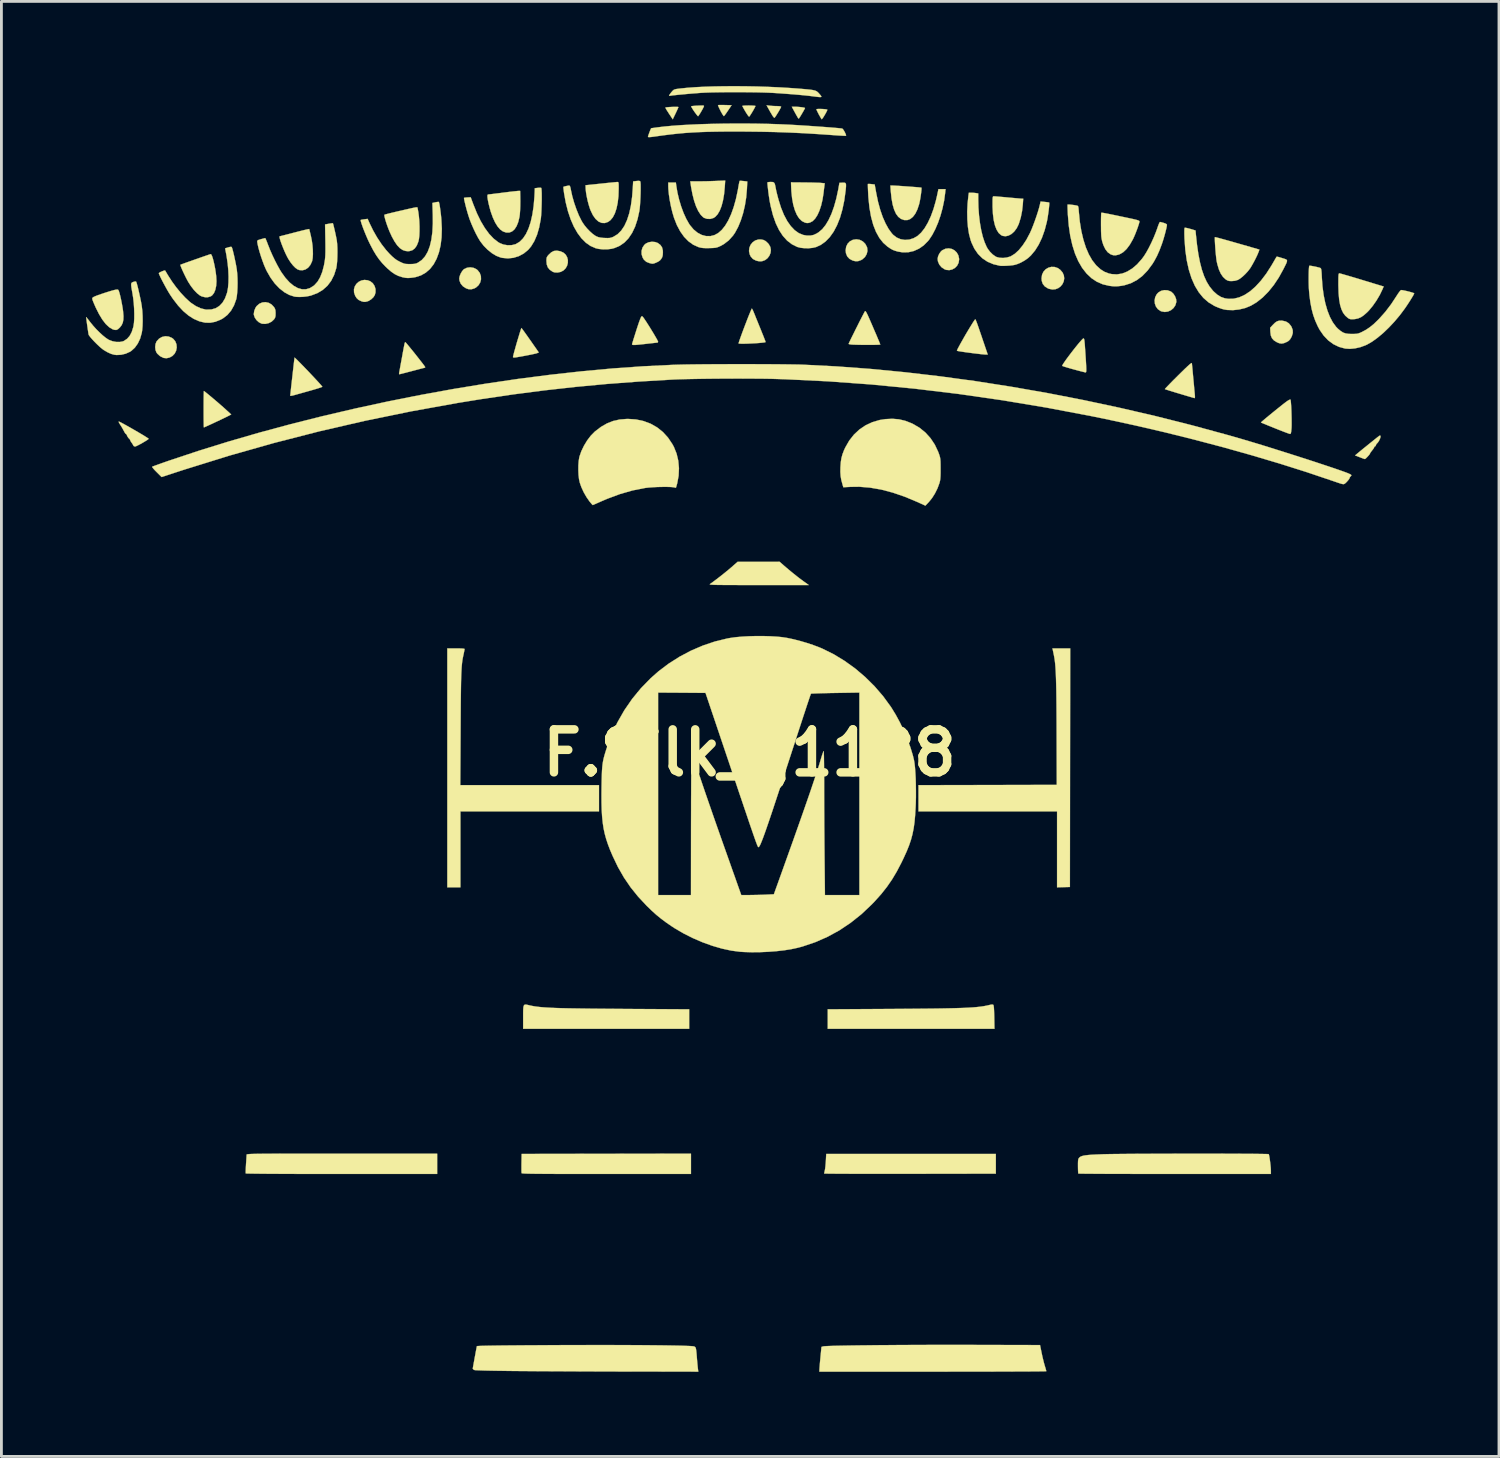
<source format=kicad_pcb>
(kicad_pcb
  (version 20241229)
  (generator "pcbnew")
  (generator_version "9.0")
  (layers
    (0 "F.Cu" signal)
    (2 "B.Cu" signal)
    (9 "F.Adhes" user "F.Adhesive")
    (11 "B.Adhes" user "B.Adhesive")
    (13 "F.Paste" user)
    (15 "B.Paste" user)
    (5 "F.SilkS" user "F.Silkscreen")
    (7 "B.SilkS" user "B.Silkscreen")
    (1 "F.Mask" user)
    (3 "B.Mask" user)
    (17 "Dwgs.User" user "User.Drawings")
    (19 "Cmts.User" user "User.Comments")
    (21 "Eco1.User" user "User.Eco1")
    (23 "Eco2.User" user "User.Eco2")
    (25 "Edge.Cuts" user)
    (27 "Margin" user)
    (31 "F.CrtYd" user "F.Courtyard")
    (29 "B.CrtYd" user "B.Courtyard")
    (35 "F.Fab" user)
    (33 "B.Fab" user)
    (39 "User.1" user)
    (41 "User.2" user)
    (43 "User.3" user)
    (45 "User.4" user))
  (footprint "F.Silk_g1188"
    (layer "F.Cu")
    (at 23.513 23.634)
    (property "Reference" "F.Silk_g1188" (at 0 0 0) (layer "F.SilkS") (effects (font (size 1.524 1.524) (thickness 0.3))))
    (attr through_hole)
    (fp_poly (pts (xy -2.536 -22.895) (xy -2.519 -22.89) (xy -2.528 -22.864) (xy -2.552 -22.809) (xy -2.587 -22.733) (xy -2.62 -22.664) (xy -2.72 -22.456) (xy -2.855 -22.659) (xy -2.907 -22.74) (xy -2.949 -22.807) (xy -2.974 -22.853) (xy -2.98 -22.871) (xy -2.954 -22.879) (xy -2.899 -22.885) (xy -2.823 -22.891) (xy -2.739 -22.895) (xy -2.656 -22.897) (xy -2.585 -22.897) (xy -2.536 -22.895)) (stroke (width 0.01) (type solid)) (fill yes) (layer "F.SilkS"))
    (fp_poly (pts (xy -0.871 -22.961) (xy -0.635 -22.955) (xy -0.762 -22.765) (xy -0.815 -22.687) (xy -0.861 -22.623) (xy -0.894 -22.581) (xy -0.907 -22.568) (xy -0.924 -22.583) (xy -0.955 -22.628) (xy -0.995 -22.696) (xy -1.026 -22.755) (xy -1.066 -22.836) (xy -1.097 -22.902) (xy -1.114 -22.946) (xy -1.116 -22.958) (xy -1.092 -22.961) (xy -1.035 -22.963) (xy -0.953 -22.963) (xy -0.871 -22.961)) (stroke (width 0.01) (type solid)) (fill yes) (layer "F.SilkS"))
    (fp_poly (pts (xy 1.66 -22.9) (xy 1.753 -22.894) (xy 1.839 -22.885) (xy 1.91 -22.874) (xy 1.956 -22.863) (xy 1.968 -22.854) (xy 1.958 -22.831) (xy 1.932 -22.782) (xy 1.895 -22.717) (xy 1.853 -22.645) (xy 1.812 -22.577) (xy 1.776 -22.52) (xy 1.752 -22.485) (xy 1.746 -22.479) (xy 1.73 -22.493) (xy 1.72 -22.505) (xy 1.701 -22.535) (xy 1.668 -22.592) (xy 1.626 -22.667) (xy 1.599 -22.717) (xy 1.499 -22.902) (xy 1.572 -22.902) (xy 1.66 -22.9)) (stroke (width 0.01) (type solid)) (fill yes) (layer "F.SilkS"))
    (fp_poly (pts (xy 3.909 -18.183) (xy 4.017 -18.127) (xy 4.104 -18.041) (xy 4.162 -17.931) (xy 4.171 -17.903) (xy 4.181 -17.789) (xy 4.153 -17.677) (xy 4.093 -17.576) (xy 4.003 -17.494) (xy 3.952 -17.465) (xy 3.85 -17.429) (xy 3.752 -17.426) (xy 3.655 -17.451) (xy 3.543 -17.511) (xy 3.464 -17.597) (xy 3.419 -17.708) (xy 3.408 -17.81) (xy 3.426 -17.939) (xy 3.478 -18.047) (xy 3.559 -18.131) (xy 3.665 -18.185) (xy 3.789 -18.203) (xy 3.909 -18.183)) (stroke (width 0.01) (type solid)) (fill yes) (layer "F.SilkS"))
    (fp_poly (pts (xy 0.721 -22.938) (xy 0.807 -22.93) (xy 0.909 -22.925) (xy 0.979 -22.924) (xy 1.064 -22.92) (xy 1.112 -22.91) (xy 1.122 -22.9) (xy 1.111 -22.873) (xy 1.083 -22.82) (xy 1.044 -22.751) (xy 0.999 -22.676) (xy 0.955 -22.605) (xy 0.917 -22.548) (xy 0.892 -22.514) (xy 0.886 -22.509) (xy 0.866 -22.519) (xy 0.835 -22.556) (xy 0.819 -22.579) (xy 0.784 -22.638) (xy 0.737 -22.717) (xy 0.69 -22.801) (xy 0.688 -22.805) (xy 0.606 -22.951) (xy 0.721 -22.938)) (stroke (width 0.01) (type solid)) (fill yes) (layer "F.SilkS"))
    (fp_poly (pts (xy 7.168 -17.862) (xy 7.266 -17.811) (xy 7.346 -17.734) (xy 7.403 -17.633) (xy 7.429 -17.513) (xy 7.429 -17.484) (xy 7.411 -17.369) (xy 7.36 -17.269) (xy 7.283 -17.189) (xy 7.188 -17.135) (xy 7.082 -17.11) (xy 6.972 -17.119) (xy 6.911 -17.142) (xy 6.805 -17.213) (xy 6.725 -17.31) (xy 6.678 -17.423) (xy 6.668 -17.51) (xy 6.684 -17.599) (xy 6.726 -17.692) (xy 6.786 -17.774) (xy 6.834 -17.816) (xy 6.945 -17.868) (xy 7.059 -17.882) (xy 7.168 -17.862)) (stroke (width 0.01) (type solid)) (fill yes) (layer "F.SilkS"))
    (fp_poly (pts (xy 10.81 -17.223) (xy 10.923 -17.185) (xy 11.012 -17.124) (xy 11.095 -17.028) (xy 11.141 -16.924) (xy 11.154 -16.818) (xy 11.138 -16.715) (xy 11.095 -16.619) (xy 11.03 -16.537) (xy 10.946 -16.474) (xy 10.846 -16.434) (xy 10.735 -16.424) (xy 10.615 -16.448) (xy 10.573 -16.465) (xy 10.466 -16.533) (xy 10.395 -16.621) (xy 10.357 -16.733) (xy 10.351 -16.822) (xy 10.369 -16.948) (xy 10.419 -17.055) (xy 10.495 -17.138) (xy 10.59 -17.196) (xy 10.697 -17.225) (xy 10.81 -17.223)) (stroke (width 0.01) (type solid)) (fill yes) (layer "F.SilkS"))
    (fp_poly (pts (xy -20.587 -14.757) (xy -20.473 -14.71) (xy -20.422 -14.673) (xy -20.35 -14.586) (xy -20.309 -14.481) (xy -20.299 -14.367) (xy -20.321 -14.254) (xy -20.373 -14.15) (xy -20.453 -14.068) (xy -20.552 -14.013) (xy -20.659 -13.988) (xy -20.759 -13.998) (xy -20.77 -14.001) (xy -20.889 -14.06) (xy -20.984 -14.145) (xy -21.017 -14.19) (xy -21.052 -14.279) (xy -21.063 -14.385) (xy -21.051 -14.49) (xy -21.017 -14.579) (xy -21.013 -14.585) (xy -20.926 -14.681) (xy -20.821 -14.742) (xy -20.705 -14.768) (xy -20.587 -14.757)) (stroke (width 0.01) (type solid)) (fill yes) (layer "F.SilkS"))
    (fp_poly (pts (xy -9.781 -17.192) (xy -9.675 -17.141) (xy -9.633 -17.107) (xy -9.559 -17.01) (xy -9.52 -16.9) (xy -9.515 -16.786) (xy -9.543 -16.675) (xy -9.603 -16.575) (xy -9.692 -16.495) (xy -9.746 -16.465) (xy -9.854 -16.431) (xy -9.956 -16.435) (xy -10.044 -16.465) (xy -10.154 -16.536) (xy -10.233 -16.628) (xy -10.278 -16.737) (xy -10.287 -16.813) (xy -10.272 -16.895) (xy -10.235 -16.987) (xy -10.184 -17.074) (xy -10.127 -17.138) (xy -10.118 -17.145) (xy -10.014 -17.194) (xy -9.898 -17.21) (xy -9.781 -17.192)) (stroke (width 0.01) (type solid)) (fill yes) (layer "F.SilkS"))
    (fp_poly (pts (xy 0.072 -22.943) (xy 0.148 -22.939) (xy 0.197 -22.934) (xy 0.212 -22.928) (xy 0.201 -22.9) (xy 0.174 -22.848) (xy 0.137 -22.78) (xy 0.094 -22.707) (xy 0.051 -22.638) (xy 0.015 -22.583) (xy -0.008 -22.552) (xy -0.012 -22.549) (xy -0.031 -22.563) (xy -0.065 -22.607) (xy -0.109 -22.673) (xy -0.143 -22.729) (xy -0.19 -22.808) (xy -0.226 -22.874) (xy -0.249 -22.917) (xy -0.254 -22.93) (xy -0.234 -22.936) (xy -0.181 -22.941) (xy -0.102 -22.944) (xy -0.021 -22.945) (xy 0.072 -22.943)) (stroke (width 0.01) (type solid)) (fill yes) (layer "F.SilkS"))
    (fp_poly (pts (xy 2.587 -22.821) (xy 2.661 -22.815) (xy 2.721 -22.808) (xy 2.756 -22.799) (xy 2.758 -22.797) (xy 2.754 -22.775) (xy 2.732 -22.728) (xy 2.699 -22.665) (xy 2.659 -22.597) (xy 2.62 -22.533) (xy 2.586 -22.484) (xy 2.563 -22.459) (xy 2.56 -22.458) (xy 2.545 -22.475) (xy 2.517 -22.522) (xy 2.479 -22.589) (xy 2.459 -22.624) (xy 2.42 -22.701) (xy 2.389 -22.764) (xy 2.373 -22.804) (xy 2.371 -22.811) (xy 2.39 -22.819) (xy 2.44 -22.823) (xy 2.509 -22.823) (xy 2.587 -22.821)) (stroke (width 0.01) (type solid)) (fill yes) (layer "F.SilkS"))
    (fp_poly (pts (xy 14.818 -16.395) (xy 14.93 -16.354) (xy 14.956 -16.337) (xy 15.026 -16.271) (xy 15.083 -16.181) (xy 15.12 -16.083) (xy 15.129 -15.991) (xy 15.128 -15.981) (xy 15.094 -15.864) (xy 15.028 -15.766) (xy 14.939 -15.691) (xy 14.833 -15.643) (xy 14.719 -15.627) (xy 14.604 -15.647) (xy 14.569 -15.661) (xy 14.474 -15.727) (xy 14.406 -15.817) (xy 14.367 -15.924) (xy 14.358 -16.038) (xy 14.379 -16.151) (xy 14.432 -16.254) (xy 14.49 -16.317) (xy 14.587 -16.376) (xy 14.7 -16.402) (xy 14.818 -16.395)) (stroke (width 0.01) (type solid)) (fill yes) (layer "F.SilkS"))
    (fp_poly (pts (xy -13.532 -16.751) (xy -13.44 -16.715) (xy -13.351 -16.646) (xy -13.288 -16.55) (xy -13.254 -16.439) (xy -13.254 -16.321) (xy -13.279 -16.229) (xy -13.329 -16.15) (xy -13.406 -16.077) (xy -13.494 -16.021) (xy -13.541 -16.003) (xy -13.613 -15.986) (xy -13.669 -15.985) (xy -13.731 -16) (xy -13.765 -16.012) (xy -13.856 -16.056) (xy -13.925 -16.121) (xy -13.976 -16.203) (xy -14.015 -16.319) (xy -14.018 -16.431) (xy -13.988 -16.534) (xy -13.931 -16.624) (xy -13.852 -16.695) (xy -13.756 -16.743) (xy -13.647 -16.764) (xy -13.532 -16.751)) (stroke (width 0.01) (type solid)) (fill yes) (layer "F.SilkS"))
    (fp_poly (pts (xy -6.71 -17.78) (xy -6.705 -17.779) (xy -6.596 -17.731) (xy -6.515 -17.659) (xy -6.463 -17.569) (xy -6.437 -17.47) (xy -6.438 -17.367) (xy -6.465 -17.266) (xy -6.516 -17.175) (xy -6.591 -17.1) (xy -6.688 -17.048) (xy -6.801 -17.025) (xy -6.911 -17.03) (xy -6.974 -17.052) (xy -7.079 -17.124) (xy -7.148 -17.208) (xy -7.186 -17.314) (xy -7.197 -17.441) (xy -7.194 -17.516) (xy -7.183 -17.567) (xy -7.155 -17.612) (xy -7.119 -17.654) (xy -7.026 -17.741) (xy -6.933 -17.789) (xy -6.83 -17.801) (xy -6.71 -17.78)) (stroke (width 0.01) (type solid)) (fill yes) (layer "F.SilkS"))
    (fp_poly (pts (xy -1.628 -22.942) (xy -1.614 -22.933) (xy -1.614 -22.918) (xy -1.617 -22.911) (xy -1.638 -22.865) (xy -1.671 -22.802) (xy -1.711 -22.731) (xy -1.752 -22.663) (xy -1.789 -22.606) (xy -1.814 -22.571) (xy -1.823 -22.564) (xy -1.841 -22.58) (xy -1.877 -22.624) (xy -1.925 -22.687) (xy -1.959 -22.734) (xy -2.008 -22.808) (xy -2.045 -22.868) (xy -2.065 -22.907) (xy -2.066 -22.918) (xy -2.041 -22.924) (xy -1.983 -22.93) (xy -1.901 -22.937) (xy -1.828 -22.94) (xy -1.728 -22.944) (xy -1.664 -22.945) (xy -1.628 -22.942)) (stroke (width 0.01) (type solid)) (fill yes) (layer "F.SilkS"))
    (fp_poly (pts (xy 0.497 -18.179) (xy 0.575 -18.138) (xy 0.652 -18.066) (xy 0.685 -18.028) (xy 0.739 -17.93) (xy 0.758 -17.825) (xy 0.745 -17.718) (xy 0.703 -17.617) (xy 0.637 -17.531) (xy 0.551 -17.465) (xy 0.447 -17.427) (xy 0.381 -17.422) (xy 0.31 -17.429) (xy 0.234 -17.448) (xy 0.226 -17.451) (xy 0.121 -17.506) (xy 0.046 -17.589) (xy 0.008 -17.667) (xy -0.017 -17.785) (xy -0.005 -17.9) (xy 0.038 -18.006) (xy 0.109 -18.094) (xy 0.201 -18.16) (xy 0.31 -18.195) (xy 0.405 -18.198) (xy 0.497 -18.179)) (stroke (width 0.01) (type solid)) (fill yes) (layer "F.SilkS"))
    (fp_poly (pts (xy 8.731 14.912) (xy 5.689 14.917) (xy 5.333 14.918) (xy 4.99 14.918) (xy 4.66 14.918) (xy 4.348 14.918) (xy 4.054 14.918) (xy 3.781 14.917) (xy 3.532 14.916) (xy 3.308 14.915) (xy 3.113 14.914) (xy 2.949 14.913) (xy 2.818 14.912) (xy 2.722 14.91) (xy 2.664 14.908) (xy 2.646 14.907) (xy 2.651 14.878) (xy 2.663 14.824) (xy 2.67 14.796) (xy 2.681 14.735) (xy 2.692 14.645) (xy 2.701 14.54) (xy 2.707 14.457) (xy 2.72 14.213) (xy 8.731 14.213) (xy 8.731 14.912)) (stroke (width 0.01) (type solid)) (fill yes) (layer "F.SilkS"))
    (fp_poly (pts (xy 18.887 -15.318) (xy 19.012 -15.289) (xy 19.114 -15.226) (xy 19.195 -15.127) (xy 19.214 -15.091) (xy 19.253 -14.986) (xy 19.256 -14.883) (xy 19.223 -14.773) (xy 19.203 -14.731) (xy 19.157 -14.654) (xy 19.106 -14.602) (xy 19.049 -14.568) (xy 18.945 -14.523) (xy 18.859 -14.507) (xy 18.777 -14.519) (xy 18.695 -14.553) (xy 18.588 -14.619) (xy 18.518 -14.696) (xy 18.477 -14.792) (xy 18.461 -14.913) (xy 18.453 -15.067) (xy 18.544 -15.166) (xy 18.625 -15.246) (xy 18.696 -15.295) (xy 18.77 -15.318) (xy 18.859 -15.321) (xy 18.887 -15.318)) (stroke (width 0.01) (type solid)) (fill yes) (layer "F.SilkS"))
    (fp_poly (pts (xy -2.074 14.922) (xy -5.07 14.922) (xy -5.498 14.922) (xy -5.885 14.922) (xy -6.234 14.922) (xy -6.546 14.921) (xy -6.823 14.921) (xy -7.066 14.92) (xy -7.278 14.919) (xy -7.461 14.917) (xy -7.616 14.916) (xy -7.745 14.914) (xy -7.85 14.912) (xy -7.932 14.909) (xy -7.994 14.906) (xy -8.037 14.903) (xy -8.064 14.9) (xy -8.076 14.896) (xy -8.076 14.895) (xy -8.08 14.865) (xy -8.082 14.801) (xy -8.082 14.711) (xy -8.082 14.602) (xy -8.081 14.541) (xy -8.075 14.213) (xy -5.075 14.208) (xy -2.074 14.203) (xy -2.074 14.922)) (stroke (width 0.01) (type solid)) (fill yes) (layer "F.SilkS"))
    (fp_poly (pts (xy -0.876 -20.057) (xy -0.9 -19.805) (xy -0.939 -19.579) (xy -0.99 -19.383) (xy -1.054 -19.219) (xy -1.129 -19.09) (xy -1.214 -18.998) (xy -1.276 -18.958) (xy -1.388 -18.925) (xy -1.503 -18.927) (xy -1.608 -18.963) (xy -1.641 -18.984) (xy -1.732 -19.075) (xy -1.816 -19.204) (xy -1.894 -19.37) (xy -1.962 -19.57) (xy -2.021 -19.8) (xy -2.07 -20.058) (xy -2.084 -20.156) (xy -2.098 -20.256) (xy -1.816 -20.257) (xy -1.687 -20.258) (xy -1.533 -20.26) (xy -1.373 -20.265) (xy -1.223 -20.27) (xy -1.198 -20.271) (xy -0.861 -20.285) (xy -0.876 -20.057)) (stroke (width 0.01) (type solid)) (fill yes) (layer "F.SilkS"))
    (fp_poly (pts (xy 11.361 0.524) (xy 11.356 4.752) (xy 11.128 4.758) (xy 10.901 4.764) (xy 10.901 2.074) (xy 5.99 2.074) (xy 5.99 1.143) (xy 8.44 1.138) (xy 10.89 1.132) (xy 10.885 -0.667) (xy 10.884 -1.05) (xy 10.882 -1.395) (xy 10.88 -1.702) (xy 10.877 -1.975) (xy 10.874 -2.216) (xy 10.869 -2.429) (xy 10.864 -2.615) (xy 10.858 -2.778) (xy 10.851 -2.921) (xy 10.843 -3.045) (xy 10.834 -3.155) (xy 10.823 -3.252) (xy 10.811 -3.338) (xy 10.797 -3.418) (xy 10.788 -3.466) (xy 10.738 -3.704) (xy 11.367 -3.704) (xy 11.361 0.524)) (stroke (width 0.01) (type solid)) (fill yes) (layer "F.SilkS"))
    (fp_poly (pts (xy -17.039 -15.951) (xy -16.936 -15.891) (xy -16.847 -15.795) (xy -16.847 -15.794) (xy -16.817 -15.741) (xy -16.801 -15.682) (xy -16.796 -15.602) (xy -16.796 -15.579) (xy -16.798 -15.495) (xy -16.809 -15.438) (xy -16.833 -15.391) (xy -16.853 -15.363) (xy -16.936 -15.285) (xy -17.042 -15.231) (xy -17.157 -15.205) (xy -17.27 -15.21) (xy -17.298 -15.217) (xy -17.391 -15.265) (xy -17.473 -15.34) (xy -17.534 -15.43) (xy -17.566 -15.525) (xy -17.568 -15.559) (xy -17.552 -15.666) (xy -17.51 -15.772) (xy -17.47 -15.833) (xy -17.374 -15.918) (xy -17.266 -15.965) (xy -17.152 -15.976) (xy -17.039 -15.951)) (stroke (width 0.01) (type solid)) (fill yes) (layer "F.SilkS"))
    (fp_poly (pts (xy -3.342 -18.106) (xy -3.25 -18.072) (xy -3.157 -18.002) (xy -3.099 -17.917) (xy -3.072 -17.81) (xy -3.069 -17.744) (xy -3.074 -17.644) (xy -3.092 -17.571) (xy -3.129 -17.507) (xy -3.171 -17.457) (xy -3.215 -17.424) (xy -3.28 -17.389) (xy -3.351 -17.359) (xy -3.414 -17.34) (xy -3.449 -17.338) (xy -3.475 -17.343) (xy -3.526 -17.355) (xy -3.542 -17.359) (xy -3.656 -17.404) (xy -3.742 -17.481) (xy -3.787 -17.554) (xy -3.824 -17.673) (xy -3.825 -17.793) (xy -3.793 -17.907) (xy -3.729 -18.003) (xy -3.67 -18.054) (xy -3.571 -18.099) (xy -3.457 -18.116) (xy -3.342 -18.106)) (stroke (width 0.01) (type solid)) (fill yes) (layer "F.SilkS"))
    (fp_poly (pts (xy -7.911 8.921) (xy -7.856 8.933) (xy -7.83 8.939) (xy -7.758 8.956) (xy -7.682 8.971) (xy -7.6 8.985) (xy -7.51 8.997) (xy -7.409 9.008) (xy -7.295 9.018) (xy -7.165 9.026) (xy -7.018 9.034) (xy -6.85 9.041) (xy -6.66 9.047) (xy -6.445 9.052) (xy -6.202 9.056) (xy -5.929 9.06) (xy -5.624 9.064) (xy -5.285 9.067) (xy -4.909 9.07) (xy -4.493 9.073) (xy -4.387 9.074) (xy -2.138 9.087) (xy -2.138 9.779) (xy -8.022 9.779) (xy -8.022 9.381) (xy -8.022 9.225) (xy -8.02 9.107) (xy -8.014 9.022) (xy -8.002 8.965) (xy -7.982 8.933) (xy -7.952 8.92) (xy -7.911 8.921)) (stroke (width 0.01) (type solid)) (fill yes) (layer "F.SilkS"))
    (fp_poly (pts (xy 8.639 8.928) (xy 8.643 8.93) (xy 8.653 8.96) (xy 8.662 9.028) (xy 8.668 9.134) (xy 8.673 9.281) (xy 8.675 9.367) (xy 8.682 9.779) (xy 2.773 9.779) (xy 2.773 9.087) (xy 5.011 9.074) (xy 5.44 9.071) (xy 5.828 9.068) (xy 6.179 9.065) (xy 6.495 9.062) (xy 6.778 9.058) (xy 7.03 9.053) (xy 7.254 9.048) (xy 7.452 9.042) (xy 7.627 9.036) (xy 7.781 9.028) (xy 7.916 9.02) (xy 8.035 9.01) (xy 8.14 8.999) (xy 8.233 8.987) (xy 8.317 8.974) (xy 8.395 8.959) (xy 8.467 8.943) (xy 8.484 8.939) (xy 8.563 8.921) (xy 8.612 8.918) (xy 8.639 8.928)) (stroke (width 0.01) (type solid)) (fill yes) (layer "F.SilkS"))
    (fp_poly (pts (xy -8.082 -15.058) (xy -8.065 -15.038) (xy -8.028 -14.988) (xy -7.974 -14.914) (xy -7.906 -14.819) (xy -7.828 -14.708) (xy -7.766 -14.62) (xy -7.468 -14.193) (xy -7.533 -14.166) (xy -7.573 -14.154) (xy -7.646 -14.138) (xy -7.743 -14.117) (xy -7.855 -14.095) (xy -7.974 -14.072) (xy -8.09 -14.051) (xy -8.194 -14.033) (xy -8.278 -14.019) (xy -8.332 -14.013) (xy -8.343 -14.012) (xy -8.376 -14.019) (xy -8.382 -14.028) (xy -8.377 -14.059) (xy -8.362 -14.122) (xy -8.339 -14.21) (xy -8.309 -14.316) (xy -8.276 -14.435) (xy -8.24 -14.56) (xy -8.203 -14.683) (xy -8.168 -14.799) (xy -8.137 -14.901) (xy -8.111 -14.983) (xy -8.092 -15.037) (xy -8.082 -15.058) (xy -8.082 -15.058)) (stroke (width 0.01) (type solid)) (fill yes) (layer "F.SilkS"))
    (fp_poly (pts (xy 0.324 -6.773) (xy 1.069 -6.772) (xy 1.228 -6.633) (xy 1.393 -6.492) (xy 1.569 -6.348) (xy 1.742 -6.211) (xy 1.901 -6.092) (xy 1.935 -6.068) (xy 2.102 -5.948) (xy 0.326 -5.949) (xy 0.011 -5.949) (xy -0.265 -5.949) (xy -0.503 -5.95) (xy -0.707 -5.951) (xy -0.879 -5.951) (xy -1.021 -5.953) (xy -1.136 -5.954) (xy -1.227 -5.956) (xy -1.296 -5.959) (xy -1.346 -5.962) (xy -1.38 -5.965) (xy -1.399 -5.969) (xy -1.406 -5.974) (xy -1.405 -5.98) (xy -1.398 -5.986) (xy -1.29 -6.063) (xy -1.161 -6.16) (xy -1.021 -6.268) (xy -0.882 -6.379) (xy -0.753 -6.484) (xy -0.645 -6.576) (xy -0.639 -6.581) (xy -0.421 -6.773) (xy 0.324 -6.773)) (stroke (width 0.01) (type solid)) (fill yes) (layer "F.SilkS"))
    (fp_poly (pts (xy -10.275 -3.703) (xy -10.179 -3.699) (xy -10.118 -3.692) (xy -10.097 -3.683) (xy -10.097 -3.683) (xy -10.101 -3.654) (xy -10.113 -3.594) (xy -10.129 -3.514) (xy -10.138 -3.474) (xy -10.152 -3.408) (xy -10.165 -3.343) (xy -10.176 -3.275) (xy -10.186 -3.201) (xy -10.194 -3.12) (xy -10.202 -3.027) (xy -10.208 -2.921) (xy -10.214 -2.798) (xy -10.219 -2.656) (xy -10.223 -2.491) (xy -10.226 -2.301) (xy -10.229 -2.083) (xy -10.232 -1.835) (xy -10.234 -1.553) (xy -10.236 -1.234) (xy -10.238 -0.876) (xy -10.238 -0.852) (xy -10.25 1.143) (xy -5.334 1.143) (xy -5.334 2.074) (xy -10.245 2.074) (xy -10.245 4.763) (xy -10.71 4.763) (xy -10.71 -3.704) (xy -10.403 -3.704) (xy -10.275 -3.703)) (stroke (width 0.01) (type solid)) (fill yes) (layer "F.SilkS"))
    (fp_poly (pts (xy 1.947 -20.217) (xy 2.094 -20.215) (xy 2.233 -20.213) (xy 2.358 -20.209) (xy 2.459 -20.206) (xy 2.529 -20.202) (xy 2.545 -20.2) (xy 2.667 -20.188) (xy 2.657 -20.111) (xy 2.65 -20.055) (xy 2.639 -19.972) (xy 2.628 -19.876) (xy 2.623 -19.833) (xy 2.587 -19.604) (xy 2.538 -19.396) (xy 2.477 -19.213) (xy 2.406 -19.058) (xy 2.326 -18.935) (xy 2.239 -18.847) (xy 2.146 -18.798) (xy 2.141 -18.796) (xy 2.08 -18.781) (xy 2.037 -18.779) (xy 1.988 -18.789) (xy 1.962 -18.796) (xy 1.856 -18.85) (xy 1.761 -18.942) (xy 1.678 -19.071) (xy 1.608 -19.235) (xy 1.551 -19.43) (xy 1.51 -19.656) (xy 1.484 -19.908) (xy 1.478 -20.033) (xy 1.471 -20.221) (xy 1.947 -20.217)) (stroke (width 0.01) (type solid)) (fill yes) (layer "F.SilkS"))
    (fp_poly (pts (xy -4.663 -20.233) (xy -4.649 -20.223) (xy -4.641 -20.198) (xy -4.637 -20.151) (xy -4.636 -20.073) (xy -4.636 -19.997) (xy -4.644 -19.734) (xy -4.671 -19.499) (xy -4.714 -19.293) (xy -4.772 -19.119) (xy -4.846 -18.978) (xy -4.935 -18.874) (xy -5.015 -18.818) (xy -5.128 -18.779) (xy -5.236 -18.783) (xy -5.343 -18.828) (xy -5.357 -18.837) (xy -5.457 -18.927) (xy -5.549 -19.056) (xy -5.629 -19.221) (xy -5.652 -19.28) (xy -5.694 -19.411) (xy -5.734 -19.56) (xy -5.767 -19.713) (xy -5.792 -19.856) (xy -5.805 -19.975) (xy -5.806 -19.992) (xy -5.81 -20.119) (xy -5.271 -20.175) (xy -5.122 -20.191) (xy -4.985 -20.205) (xy -4.866 -20.217) (xy -4.772 -20.226) (xy -4.708 -20.232) (xy -4.683 -20.234) (xy -4.663 -20.233)) (stroke (width 0.01) (type solid)) (fill yes) (layer "F.SilkS"))
    (fp_poly (pts (xy 5.103 -20.107) (xy 5.182 -20.103) (xy 5.285 -20.097) (xy 5.403 -20.089) (xy 5.53 -20.08) (xy 5.66 -20.071) (xy 5.784 -20.061) (xy 5.897 -20.053) (xy 5.99 -20.045) (xy 6.057 -20.038) (xy 6.091 -20.034) (xy 6.094 -20.033) (xy 6.097 -20.006) (xy 6.094 -19.947) (xy 6.085 -19.864) (xy 6.072 -19.767) (xy 6.056 -19.664) (xy 6.038 -19.564) (xy 6.019 -19.477) (xy 6.011 -19.444) (xy 5.951 -19.262) (xy 5.878 -19.113) (xy 5.793 -19) (xy 5.698 -18.923) (xy 5.594 -18.884) (xy 5.484 -18.884) (xy 5.371 -18.925) (xy 5.275 -18.997) (xy 5.194 -19.106) (xy 5.127 -19.253) (xy 5.073 -19.437) (xy 5.033 -19.661) (xy 5.006 -19.923) (xy 4.993 -20.108) (xy 5.054 -20.108) (xy 5.103 -20.107)) (stroke (width 0.01) (type solid)) (fill yes) (layer "F.SilkS"))
    (fp_poly (pts (xy -19.317 -12.814) (xy -19.27 -12.777) (xy -19.202 -12.722) (xy -19.118 -12.652) (xy -19.022 -12.572) (xy -18.922 -12.487) (xy -18.821 -12.401) (xy -18.726 -12.318) (xy -18.64 -12.243) (xy -18.571 -12.18) (xy -18.566 -12.176) (xy -18.368 -11.994) (xy -18.513 -11.92) (xy -18.575 -11.89) (xy -18.659 -11.849) (xy -18.76 -11.801) (xy -18.869 -11.75) (xy -18.981 -11.697) (xy -19.088 -11.647) (xy -19.184 -11.603) (xy -19.262 -11.568) (xy -19.316 -11.544) (xy -19.337 -11.536) (xy -19.34 -11.556) (xy -19.342 -11.614) (xy -19.343 -11.703) (xy -19.345 -11.82) (xy -19.346 -11.958) (xy -19.346 -12.113) (xy -19.346 -12.181) (xy -19.346 -12.342) (xy -19.345 -12.488) (xy -19.344 -12.614) (xy -19.342 -12.715) (xy -19.34 -12.787) (xy -19.338 -12.823) (xy -19.337 -12.827) (xy -19.317 -12.814)) (stroke (width 0.01) (type solid)) (fill yes) (layer "F.SilkS"))
    (fp_poly (pts (xy 8.008 -15.362) (xy 8.018 -15.344) (xy 8.033 -15.309) (xy 8.054 -15.255) (xy 8.083 -15.176) (xy 8.12 -15.071) (xy 8.166 -14.935) (xy 8.225 -14.764) (xy 8.266 -14.642) (xy 8.444 -14.118) (xy 8.344 -14.12) (xy 8.293 -14.124) (xy 8.208 -14.132) (xy 8.097 -14.145) (xy 7.968 -14.16) (xy 7.831 -14.178) (xy 7.804 -14.181) (xy 7.672 -14.199) (xy 7.555 -14.216) (xy 7.459 -14.231) (xy 7.39 -14.243) (xy 7.355 -14.251) (xy 7.352 -14.252) (xy 7.358 -14.274) (xy 7.382 -14.327) (xy 7.423 -14.404) (xy 7.476 -14.502) (xy 7.539 -14.613) (xy 7.607 -14.734) (xy 7.679 -14.858) (xy 7.751 -14.979) (xy 7.82 -15.093) (xy 7.882 -15.194) (xy 7.934 -15.277) (xy 7.974 -15.336) (xy 7.997 -15.365) (xy 8.001 -15.367) (xy 8.008 -15.362)) (stroke (width 0.01) (type solid)) (fill yes) (layer "F.SilkS"))
    (fp_poly (pts (xy -8.124 -19.733) (xy -8.122 -19.555) (xy -8.124 -19.383) (xy -8.13 -19.225) (xy -8.14 -19.091) (xy -8.152 -18.998) (xy -8.195 -18.817) (xy -8.254 -18.67) (xy -8.327 -18.557) (xy -8.415 -18.481) (xy -8.514 -18.442) (xy -8.623 -18.442) (xy -8.738 -18.482) (xy -8.834 -18.55) (xy -8.928 -18.658) (xy -9.016 -18.801) (xy -9.097 -18.977) (xy -9.17 -19.181) (xy -9.205 -19.305) (xy -9.246 -19.466) (xy -9.273 -19.598) (xy -9.287 -19.698) (xy -9.287 -19.762) (xy -9.273 -19.79) (xy -9.269 -19.791) (xy -9.24 -19.794) (xy -9.176 -19.801) (xy -9.082 -19.812) (xy -8.965 -19.827) (xy -8.831 -19.843) (xy -8.742 -19.855) (xy -8.599 -19.873) (xy -8.466 -19.889) (xy -8.352 -19.902) (xy -8.262 -19.911) (xy -8.204 -19.917) (xy -8.187 -19.918) (xy -8.128 -19.918) (xy -8.124 -19.733)) (stroke (width 0.01) (type solid)) (fill yes) (layer "F.SilkS"))
    (fp_poly (pts (xy -3.794 -15.468) (xy -3.767 -15.438) (xy -3.725 -15.379) (xy -3.67 -15.297) (xy -3.606 -15.198) (xy -3.537 -15.089) (xy -3.468 -14.977) (xy -3.401 -14.866) (xy -3.341 -14.764) (xy -3.291 -14.677) (xy -3.256 -14.612) (xy -3.239 -14.573) (xy -3.239 -14.568) (xy -3.255 -14.543) (xy -3.265 -14.541) (xy -3.294 -14.539) (xy -3.357 -14.532) (xy -3.448 -14.522) (xy -3.558 -14.51) (xy -3.651 -14.499) (xy -3.815 -14.481) (xy -3.94 -14.468) (xy -4.033 -14.46) (xy -4.097 -14.458) (xy -4.137 -14.461) (xy -4.158 -14.47) (xy -4.163 -14.484) (xy -4.161 -14.494) (xy -4.104 -14.681) (xy -4.048 -14.858) (xy -3.997 -15.019) (xy -3.951 -15.159) (xy -3.913 -15.271) (xy -3.884 -15.349) (xy -3.879 -15.362) (xy -3.85 -15.432) (xy -3.829 -15.468) (xy -3.811 -15.477) (xy -3.794 -15.468)) (stroke (width 0.01) (type solid)) (fill yes) (layer "F.SilkS"))
    (fp_poly (pts (xy 8.697 -19.725) (xy 8.767 -19.72) (xy 8.865 -19.711) (xy 8.984 -19.701) (xy 9.117 -19.689) (xy 9.155 -19.685) (xy 9.29 -19.673) (xy 9.414 -19.662) (xy 9.519 -19.653) (xy 9.598 -19.646) (xy 9.644 -19.643) (xy 9.65 -19.643) (xy 9.701 -19.643) (xy 9.687 -19.436) (xy 9.661 -19.207) (xy 9.616 -18.982) (xy 9.554 -18.777) (xy 9.536 -18.728) (xy 9.467 -18.591) (xy 9.382 -18.478) (xy 9.285 -18.391) (xy 9.182 -18.335) (xy 9.078 -18.311) (xy 8.978 -18.323) (xy 8.919 -18.349) (xy 8.832 -18.426) (xy 8.759 -18.542) (xy 8.7 -18.694) (xy 8.656 -18.881) (xy 8.628 -19.1) (xy 8.615 -19.351) (xy 8.615 -19.423) (xy 8.615 -19.542) (xy 8.616 -19.625) (xy 8.62 -19.679) (xy 8.626 -19.709) (xy 8.637 -19.723) (xy 8.652 -19.727) (xy 8.662 -19.727) (xy 8.697 -19.725)) (stroke (width 0.01) (type solid)) (fill yes) (layer "F.SilkS"))
    (fp_poly (pts (xy -15.546 -18.327) (xy -15.513 -18.166) (xy -15.489 -17.997) (xy -15.476 -17.83) (xy -15.473 -17.675) (xy -15.481 -17.539) (xy -15.5 -17.433) (xy -15.505 -17.42) (xy -15.563 -17.295) (xy -15.641 -17.199) (xy -15.735 -17.135) (xy -15.84 -17.105) (xy -15.949 -17.112) (xy -16.019 -17.138) (xy -16.093 -17.19) (xy -16.177 -17.275) (xy -16.264 -17.385) (xy -16.345 -17.509) (xy -16.391 -17.594) (xy -16.441 -17.695) (xy -16.49 -17.805) (xy -16.537 -17.919) (xy -16.58 -18.029) (xy -16.616 -18.129) (xy -16.642 -18.213) (xy -16.655 -18.274) (xy -16.655 -18.306) (xy -16.65 -18.309) (xy -16.626 -18.314) (xy -16.568 -18.329) (xy -16.481 -18.351) (xy -16.372 -18.379) (xy -16.246 -18.411) (xy -16.198 -18.424) (xy -16.063 -18.459) (xy -15.937 -18.491) (xy -15.828 -18.519) (xy -15.743 -18.539) (xy -15.69 -18.551) (xy -15.682 -18.553) (xy -15.604 -18.567) (xy -15.546 -18.327)) (stroke (width 0.01) (type solid)) (fill yes) (layer "F.SilkS"))
    (fp_poly (pts (xy 22.361 -11.239) (xy 22.365 -11.231) (xy 22.363 -11.19) (xy 22.343 -11.129) (xy 22.31 -11.061) (xy 22.271 -11.001) (xy 22.234 -10.961) (xy 22.23 -10.958) (xy 22.206 -10.924) (xy 22.204 -10.91) (xy 22.187 -10.875) (xy 22.172 -10.866) (xy 22.144 -10.844) (xy 22.14 -10.832) (xy 22.128 -10.804) (xy 22.096 -10.757) (xy 22.066 -10.72) (xy 22.025 -10.667) (xy 21.998 -10.626) (xy 21.992 -10.612) (xy 21.979 -10.586) (xy 21.945 -10.543) (xy 21.9 -10.494) (xy 21.856 -10.449) (xy 21.821 -10.42) (xy 21.809 -10.415) (xy 21.782 -10.422) (xy 21.727 -10.442) (xy 21.653 -10.47) (xy 21.628 -10.48) (xy 21.464 -10.544) (xy 21.533 -10.602) (xy 21.574 -10.636) (xy 21.644 -10.694) (xy 21.739 -10.772) (xy 21.856 -10.866) (xy 21.989 -10.974) (xy 22.136 -11.092) (xy 22.262 -11.193) (xy 22.315 -11.233) (xy 22.345 -11.248) (xy 22.361 -11.239)) (stroke (width 0.01) (type solid)) (fill yes) (layer "F.SilkS"))
    (fp_poly (pts (xy 0.098 -15.73) (xy 0.123 -15.681) (xy 0.153 -15.611) (xy 0.164 -15.584) (xy 0.193 -15.513) (xy 0.233 -15.412) (xy 0.283 -15.29) (xy 0.337 -15.156) (xy 0.393 -15.019) (xy 0.401 -14.999) (xy 0.451 -14.874) (xy 0.496 -14.763) (xy 0.532 -14.67) (xy 0.558 -14.603) (xy 0.57 -14.566) (xy 0.572 -14.562) (xy 0.552 -14.553) (xy 0.497 -14.544) (xy 0.414 -14.535) (xy 0.31 -14.526) (xy 0.194 -14.518) (xy 0.071 -14.512) (xy -0.05 -14.506) (xy -0.163 -14.503) (xy -0.26 -14.502) (xy -0.334 -14.504) (xy -0.378 -14.509) (xy -0.387 -14.513) (xy -0.382 -14.536) (xy -0.364 -14.593) (xy -0.335 -14.677) (xy -0.297 -14.783) (xy -0.253 -14.904) (xy -0.204 -15.035) (xy -0.152 -15.171) (xy -0.101 -15.304) (xy -0.052 -15.431) (xy -0.007 -15.543) (xy 0.032 -15.637) (xy 0.061 -15.705) (xy 0.079 -15.743) (xy 0.084 -15.748) (xy 0.098 -15.73)) (stroke (width 0.01) (type solid)) (fill yes) (layer "F.SilkS"))
    (fp_poly (pts (xy 15.677 -13.815) (xy 15.678 -13.811) (xy 15.682 -13.778) (xy 15.688 -13.71) (xy 15.698 -13.613) (xy 15.709 -13.494) (xy 15.721 -13.36) (xy 15.726 -13.303) (xy 15.74 -13.158) (xy 15.753 -13.018) (xy 15.764 -12.893) (xy 15.774 -12.79) (xy 15.781 -12.719) (xy 15.782 -12.705) (xy 15.787 -12.636) (xy 15.785 -12.589) (xy 15.777 -12.574) (xy 15.753 -12.58) (xy 15.693 -12.597) (xy 15.605 -12.623) (xy 15.492 -12.656) (xy 15.362 -12.695) (xy 15.245 -12.73) (xy 15.105 -12.772) (xy 14.978 -12.811) (xy 14.871 -12.844) (xy 14.789 -12.87) (xy 14.738 -12.887) (xy 14.722 -12.894) (xy 14.734 -12.91) (xy 14.773 -12.953) (xy 14.835 -13.018) (xy 14.916 -13.102) (xy 15.014 -13.202) (xy 15.125 -13.312) (xy 15.192 -13.379) (xy 15.33 -13.515) (xy 15.441 -13.623) (xy 15.528 -13.705) (xy 15.592 -13.763) (xy 15.637 -13.799) (xy 15.664 -13.816) (xy 15.677 -13.815)) (stroke (width 0.01) (type solid)) (fill yes) (layer "F.SilkS"))
    (fp_poly (pts (xy 16.517 -18.277) (xy 16.575 -18.263) (xy 16.665 -18.239) (xy 16.782 -18.207) (xy 16.922 -18.168) (xy 17.08 -18.124) (xy 17.252 -18.074) (xy 17.289 -18.064) (xy 18.072 -17.838) (xy 18.044 -17.757) (xy 18.01 -17.675) (xy 17.961 -17.569) (xy 17.902 -17.451) (xy 17.839 -17.335) (xy 17.78 -17.233) (xy 17.74 -17.169) (xy 17.664 -17.071) (xy 17.573 -16.972) (xy 17.477 -16.882) (xy 17.385 -16.809) (xy 17.31 -16.764) (xy 17.203 -16.732) (xy 17.09 -16.722) (xy 17.009 -16.725) (xy 16.951 -16.739) (xy 16.895 -16.77) (xy 16.873 -16.785) (xy 16.782 -16.87) (xy 16.704 -16.984) (xy 16.638 -17.131) (xy 16.583 -17.314) (xy 16.561 -17.41) (xy 16.551 -17.47) (xy 16.54 -17.557) (xy 16.529 -17.663) (xy 16.518 -17.78) (xy 16.509 -17.9) (xy 16.501 -18.016) (xy 16.495 -18.12) (xy 16.492 -18.204) (xy 16.492 -18.26) (xy 16.495 -18.28) (xy 16.517 -18.277)) (stroke (width 0.01) (type solid)) (fill yes) (layer "F.SilkS"))
    (fp_poly (pts (xy -22.376 -16.415) (xy -22.357 -16.385) (xy -22.351 -16.37) (xy -22.327 -16.295) (xy -22.3 -16.189) (xy -22.272 -16.063) (xy -22.245 -15.926) (xy -22.221 -15.792) (xy -22.203 -15.668) (xy -22.2 -15.639) (xy -22.187 -15.48) (xy -22.191 -15.352) (xy -22.212 -15.248) (xy -22.252 -15.16) (xy -22.313 -15.08) (xy -22.315 -15.078) (xy -22.383 -15.016) (xy -22.446 -14.989) (xy -22.516 -14.995) (xy -22.58 -15.018) (xy -22.697 -15.089) (xy -22.816 -15.202) (xy -22.934 -15.355) (xy -23.051 -15.547) (xy -23.166 -15.775) (xy -23.215 -15.886) (xy -23.257 -15.985) (xy -23.283 -16.053) (xy -23.294 -16.097) (xy -23.288 -16.125) (xy -23.268 -16.145) (xy -23.233 -16.165) (xy -23.226 -16.168) (xy -23.169 -16.193) (xy -23.081 -16.226) (xy -22.972 -16.264) (xy -22.852 -16.304) (xy -22.732 -16.342) (xy -22.621 -16.376) (xy -22.529 -16.401) (xy -22.466 -16.416) (xy -22.462 -16.416) (xy -22.406 -16.423) (xy -22.376 -16.415)) (stroke (width 0.01) (type solid)) (fill yes) (layer "F.SilkS"))
    (fp_poly (pts (xy 4.112 -15.653) (xy 4.128 -15.634) (xy 4.15 -15.596) (xy 4.18 -15.536) (xy 4.22 -15.449) (xy 4.271 -15.333) (xy 4.336 -15.184) (xy 4.377 -15.088) (xy 4.441 -14.939) (xy 4.5 -14.803) (xy 4.55 -14.683) (xy 4.591 -14.586) (xy 4.619 -14.516) (xy 4.634 -14.478) (xy 4.636 -14.473) (xy 4.616 -14.469) (xy 4.56 -14.466) (xy 4.476 -14.463) (xy 4.37 -14.462) (xy 4.25 -14.461) (xy 4.121 -14.461) (xy 3.992 -14.462) (xy 3.868 -14.464) (xy 3.757 -14.467) (xy 3.666 -14.47) (xy 3.625 -14.472) (xy 3.563 -14.48) (xy 3.522 -14.49) (xy 3.514 -14.497) (xy 3.523 -14.52) (xy 3.548 -14.575) (xy 3.587 -14.657) (xy 3.637 -14.758) (xy 3.695 -14.875) (xy 3.757 -15.001) (xy 3.822 -15.129) (xy 3.885 -15.256) (xy 3.945 -15.374) (xy 3.999 -15.478) (xy 4.043 -15.562) (xy 4.074 -15.622) (xy 4.09 -15.649) (xy 4.1 -15.657) (xy 4.112 -15.653)) (stroke (width 0.01) (type solid)) (fill yes) (layer "F.SilkS"))
    (fp_poly (pts (xy 11.845 -14.688) (xy 11.854 -14.678) (xy 11.862 -14.656) (xy 11.869 -14.617) (xy 11.876 -14.556) (xy 11.884 -14.468) (xy 11.892 -14.349) (xy 11.903 -14.193) (xy 11.906 -14.151) (xy 11.918 -13.964) (xy 11.927 -13.815) (xy 11.933 -13.7) (xy 11.936 -13.615) (xy 11.936 -13.555) (xy 11.933 -13.516) (xy 11.927 -13.495) (xy 11.919 -13.486) (xy 11.912 -13.485) (xy 11.884 -13.49) (xy 11.822 -13.506) (xy 11.733 -13.528) (xy 11.623 -13.557) (xy 11.5 -13.59) (xy 11.493 -13.592) (xy 11.37 -13.626) (xy 11.261 -13.658) (xy 11.172 -13.685) (xy 11.111 -13.705) (xy 11.083 -13.717) (xy 11.082 -13.717) (xy 11.089 -13.739) (xy 11.118 -13.789) (xy 11.166 -13.861) (xy 11.229 -13.95) (xy 11.304 -14.051) (xy 11.386 -14.16) (xy 11.471 -14.27) (xy 11.556 -14.378) (xy 11.636 -14.477) (xy 11.708 -14.563) (xy 11.768 -14.63) (xy 11.811 -14.674) (xy 11.834 -14.69) (xy 11.845 -14.688)) (stroke (width 0.01) (type solid)) (fill yes) (layer "F.SilkS"))
    (fp_poly (pts (xy -19.074 -17.662) (xy -19.049 -17.611) (xy -19.021 -17.529) (xy -18.993 -17.423) (xy -18.965 -17.299) (xy -18.938 -17.162) (xy -18.916 -17.02) (xy -18.901 -16.901) (xy -18.891 -16.72) (xy -18.901 -16.556) (xy -18.931 -16.414) (xy -18.979 -16.299) (xy -19.045 -16.215) (xy -19.092 -16.182) (xy -19.19 -16.152) (xy -19.302 -16.152) (xy -19.413 -16.179) (xy -19.475 -16.21) (xy -19.579 -16.292) (xy -19.689 -16.406) (xy -19.797 -16.546) (xy -19.883 -16.679) (xy -19.925 -16.753) (xy -19.972 -16.843) (xy -20.02 -16.941) (xy -20.068 -17.041) (xy -20.11 -17.133) (xy -20.143 -17.212) (xy -20.165 -17.27) (xy -20.171 -17.299) (xy -20.17 -17.3) (xy -20.149 -17.309) (xy -20.094 -17.329) (xy -20.012 -17.359) (xy -19.909 -17.396) (xy -19.791 -17.437) (xy -19.665 -17.482) (xy -19.538 -17.526) (xy -19.416 -17.569) (xy -19.304 -17.608) (xy -19.21 -17.64) (xy -19.14 -17.664) (xy -19.101 -17.677) (xy -19.095 -17.678) (xy -19.074 -17.662)) (stroke (width 0.01) (type solid)) (fill yes) (layer "F.SilkS"))
    (fp_poly (pts (xy -16.109 -14.001) (xy -16.07 -13.965) (xy -16.01 -13.906) (xy -15.933 -13.828) (xy -15.844 -13.737) (xy -15.746 -13.636) (xy -15.643 -13.529) (xy -15.541 -13.421) (xy -15.441 -13.315) (xy -15.35 -13.217) (xy -15.27 -13.13) (xy -15.205 -13.058) (xy -15.161 -13.007) (xy -15.14 -12.979) (xy -15.139 -12.977) (xy -15.157 -12.967) (xy -15.209 -12.948) (xy -15.291 -12.921) (xy -15.397 -12.889) (xy -15.52 -12.853) (xy -15.573 -12.838) (xy -15.712 -12.799) (xy -15.847 -12.761) (xy -15.968 -12.727) (xy -16.067 -12.699) (xy -16.135 -12.68) (xy -16.145 -12.677) (xy -16.212 -12.661) (xy -16.26 -12.654) (xy -16.277 -12.659) (xy -16.275 -12.684) (xy -16.268 -12.745) (xy -16.258 -12.835) (xy -16.246 -12.949) (xy -16.231 -13.08) (xy -16.215 -13.222) (xy -16.198 -13.369) (xy -16.182 -13.515) (xy -16.166 -13.653) (xy -16.152 -13.777) (xy -16.14 -13.88) (xy -16.13 -13.958) (xy -16.125 -14.003) (xy -16.124 -14.011) (xy -16.109 -14.001)) (stroke (width 0.01) (type solid)) (fill yes) (layer "F.SilkS"))
    (fp_poly (pts (xy 19.18 -12.498) (xy 19.187 -12.438) (xy 19.194 -12.35) (xy 19.201 -12.24) (xy 19.206 -12.115) (xy 19.21 -11.983) (xy 19.213 -11.851) (xy 19.214 -11.725) (xy 19.214 -11.612) (xy 19.211 -11.52) (xy 19.208 -11.483) (xy 19.199 -11.393) (xy 19.189 -11.338) (xy 19.177 -11.311) (xy 19.159 -11.304) (xy 19.159 -11.304) (xy 19.13 -11.312) (xy 19.068 -11.334) (xy 18.978 -11.367) (xy 18.867 -11.41) (xy 18.739 -11.46) (xy 18.629 -11.504) (xy 18.494 -11.559) (xy 18.372 -11.608) (xy 18.269 -11.651) (xy 18.19 -11.683) (xy 18.141 -11.704) (xy 18.127 -11.711) (xy 18.14 -11.726) (xy 18.182 -11.763) (xy 18.247 -11.818) (xy 18.33 -11.888) (xy 18.426 -11.967) (xy 18.531 -12.053) (xy 18.638 -12.14) (xy 18.745 -12.226) (xy 18.844 -12.305) (xy 18.932 -12.375) (xy 19.003 -12.429) (xy 19.053 -12.466) (xy 19.053 -12.466) (xy 19.11 -12.502) (xy 19.154 -12.522) (xy 19.172 -12.523) (xy 19.18 -12.498)) (stroke (width 0.01) (type solid)) (fill yes) (layer "F.SilkS"))
    (fp_poly (pts (xy -12.192 -14.552) (xy -12.191 -14.552) (xy -12.171 -14.531) (xy -12.129 -14.482) (xy -12.071 -14.412) (xy -12 -14.325) (xy -11.92 -14.227) (xy -11.837 -14.123) (xy -11.754 -14.018) (xy -11.676 -13.918) (xy -11.606 -13.829) (xy -11.55 -13.755) (xy -11.511 -13.702) (xy -11.494 -13.675) (xy -11.493 -13.674) (xy -11.502 -13.653) (xy -11.504 -13.652) (xy -11.527 -13.647) (xy -11.584 -13.633) (xy -11.67 -13.611) (xy -11.779 -13.582) (xy -11.904 -13.549) (xy -11.953 -13.536) (xy -12.084 -13.502) (xy -12.2 -13.471) (xy -12.297 -13.447) (xy -12.368 -13.429) (xy -12.406 -13.42) (xy -12.41 -13.42) (xy -12.419 -13.437) (xy -12.416 -13.478) (xy -12.409 -13.515) (xy -12.395 -13.587) (xy -12.377 -13.687) (xy -12.355 -13.808) (xy -12.33 -13.943) (xy -12.319 -14.002) (xy -12.289 -14.17) (xy -12.265 -14.3) (xy -12.246 -14.398) (xy -12.232 -14.468) (xy -12.222 -14.515) (xy -12.213 -14.542) (xy -12.206 -14.554) (xy -12.199 -14.556) (xy -12.192 -14.552)) (stroke (width 0.01) (type solid)) (fill yes) (layer "F.SilkS"))
    (fp_poly (pts (xy -11.781 -19.337) (xy -11.77 -19.332) (xy -11.766 -19.322) (xy -11.764 -19.31) (xy -11.762 -19.3) (xy -11.736 -19.164) (xy -11.716 -19.006) (xy -11.702 -18.835) (xy -11.695 -18.662) (xy -11.695 -18.495) (xy -11.701 -18.343) (xy -11.715 -18.215) (xy -11.733 -18.129) (xy -11.789 -17.987) (xy -11.86 -17.883) (xy -11.947 -17.816) (xy -12.053 -17.784) (xy -12.111 -17.78) (xy -12.191 -17.79) (xy -12.274 -17.816) (xy -12.293 -17.825) (xy -12.391 -17.89) (xy -12.486 -17.99) (xy -12.58 -18.126) (xy -12.676 -18.301) (xy -12.759 -18.482) (xy -12.802 -18.59) (xy -12.844 -18.703) (xy -12.881 -18.813) (xy -12.911 -18.913) (xy -12.932 -18.994) (xy -12.941 -19.051) (xy -12.938 -19.073) (xy -12.914 -19.082) (xy -12.854 -19.098) (xy -12.765 -19.121) (xy -12.651 -19.149) (xy -12.52 -19.18) (xy -12.414 -19.205) (xy -12.234 -19.246) (xy -12.091 -19.279) (xy -11.981 -19.304) (xy -11.899 -19.321) (xy -11.842 -19.332) (xy -11.804 -19.337) (xy -11.781 -19.337)) (stroke (width 0.01) (type solid)) (fill yes) (layer "F.SilkS"))
    (fp_poly (pts (xy 20.932 -16.991) (xy 20.995 -16.974) (xy 21.089 -16.947) (xy 21.208 -16.913) (xy 21.347 -16.872) (xy 21.502 -16.826) (xy 21.608 -16.794) (xy 21.774 -16.743) (xy 21.931 -16.696) (xy 22.073 -16.652) (xy 22.195 -16.615) (xy 22.292 -16.586) (xy 22.357 -16.566) (xy 22.377 -16.56) (xy 22.477 -16.53) (xy 22.434 -16.43) (xy 22.339 -16.232) (xy 22.222 -16.035) (xy 22.093 -15.849) (xy 21.959 -15.686) (xy 21.891 -15.616) (xy 21.776 -15.514) (xy 21.673 -15.443) (xy 21.571 -15.399) (xy 21.462 -15.376) (xy 21.421 -15.372) (xy 21.34 -15.369) (xy 21.285 -15.375) (xy 21.24 -15.394) (xy 21.211 -15.413) (xy 21.118 -15.493) (xy 21.04 -15.596) (xy 20.979 -15.724) (xy 20.932 -15.881) (xy 20.899 -16.069) (xy 20.879 -16.291) (xy 20.871 -16.551) (xy 20.87 -16.608) (xy 20.871 -16.746) (xy 20.872 -16.848) (xy 20.875 -16.918) (xy 20.88 -16.963) (xy 20.888 -16.987) (xy 20.898 -16.996) (xy 20.904 -16.997) (xy 20.932 -16.991)) (stroke (width 0.01) (type solid)) (fill yes) (layer "F.SilkS"))
    (fp_poly (pts (xy -22.329 -11.736) (xy -22.275 -11.709) (xy -22.196 -11.667) (xy -22.098 -11.613) (xy -21.987 -11.551) (xy -21.868 -11.483) (xy -21.747 -11.413) (xy -21.629 -11.344) (xy -21.521 -11.28) (xy -21.428 -11.223) (xy -21.355 -11.177) (xy -21.309 -11.146) (xy -21.294 -11.132) (xy -21.311 -11.115) (xy -21.357 -11.082) (xy -21.424 -11.041) (xy -21.503 -10.994) (xy -21.585 -10.948) (xy -21.663 -10.907) (xy -21.727 -10.876) (xy -21.768 -10.86) (xy -21.776 -10.858) (xy -21.82 -10.873) (xy -21.838 -10.896) (xy -21.859 -10.937) (xy -21.894 -10.99) (xy -21.901 -10.998) (xy -21.933 -11.046) (xy -21.949 -11.082) (xy -21.95 -11.087) (xy -21.965 -11.118) (xy -21.976 -11.127) (xy -22.015 -11.167) (xy -22.053 -11.227) (xy -22.069 -11.266) (xy -22.088 -11.297) (xy -22.099 -11.303) (xy -22.12 -11.32) (xy -22.146 -11.36) (xy -22.147 -11.361) (xy -22.199 -11.459) (xy -22.238 -11.529) (xy -22.271 -11.584) (xy -22.303 -11.633) (xy -22.316 -11.652) (xy -22.345 -11.702) (xy -22.357 -11.736) (xy -22.353 -11.744) (xy -22.329 -11.736)) (stroke (width 0.01) (type solid)) (fill yes) (layer "F.SilkS"))
    (fp_poly (pts (xy -11.07 14.922) (xy -14.456 14.922) (xy -14.865 14.922) (xy -15.257 14.922) (xy -15.628 14.921) (xy -15.977 14.921) (xy -16.302 14.92) (xy -16.602 14.919) (xy -16.873 14.917) (xy -17.116 14.916) (xy -17.327 14.914) (xy -17.505 14.912) (xy -17.649 14.91) (xy -17.756 14.908) (xy -17.824 14.906) (xy -17.852 14.904) (xy -17.853 14.904) (xy -17.856 14.877) (xy -17.855 14.816) (xy -17.852 14.729) (xy -17.846 14.623) (xy -17.844 14.581) (xy -17.836 14.469) (xy -17.83 14.37) (xy -17.825 14.294) (xy -17.823 14.247) (xy -17.823 14.24) (xy -17.821 14.235) (xy -17.815 14.231) (xy -17.803 14.227) (xy -17.782 14.223) (xy -17.752 14.22) (xy -17.709 14.217) (xy -17.652 14.214) (xy -17.58 14.212) (xy -17.489 14.21) (xy -17.379 14.209) (xy -17.247 14.207) (xy -17.091 14.206) (xy -16.91 14.205) (xy -16.702 14.205) (xy -16.464 14.204) (xy -16.194 14.203) (xy -15.892 14.203) (xy -15.554 14.203) (xy -15.179 14.203) (xy -14.765 14.203) (xy -14.446 14.203) (xy -11.07 14.203) (xy -11.07 14.922)) (stroke (width 0.01) (type solid)) (fill yes) (layer "F.SilkS"))
    (fp_poly (pts (xy 12.507 -19.143) (xy 12.554 -19.136) (xy 12.623 -19.123) (xy 12.718 -19.105) (xy 12.841 -19.08) (xy 12.997 -19.048) (xy 13.186 -19.008) (xy 13.414 -18.96) (xy 13.457 -18.951) (xy 13.591 -18.922) (xy 13.689 -18.899) (xy 13.756 -18.88) (xy 13.797 -18.864) (xy 13.817 -18.85) (xy 13.822 -18.837) (xy 13.814 -18.793) (xy 13.792 -18.719) (xy 13.761 -18.625) (xy 13.722 -18.519) (xy 13.68 -18.41) (xy 13.637 -18.308) (xy 13.598 -18.222) (xy 13.59 -18.205) (xy 13.479 -18.011) (xy 13.363 -17.857) (xy 13.242 -17.744) (xy 13.118 -17.672) (xy 13.07 -17.656) (xy 12.974 -17.635) (xy 12.894 -17.638) (xy 12.813 -17.665) (xy 12.788 -17.677) (xy 12.694 -17.746) (xy 12.612 -17.853) (xy 12.544 -17.993) (xy 12.506 -18.108) (xy 12.49 -18.173) (xy 12.478 -18.236) (xy 12.469 -18.306) (xy 12.464 -18.391) (xy 12.46 -18.497) (xy 12.459 -18.635) (xy 12.458 -18.704) (xy 12.458 -18.834) (xy 12.459 -18.95) (xy 12.462 -19.044) (xy 12.464 -19.11) (xy 12.468 -19.142) (xy 12.469 -19.143) (xy 12.48 -19.145) (xy 12.507 -19.143)) (stroke (width 0.01) (type solid)) (fill yes) (layer "F.SilkS"))
    (fp_poly (pts (xy 5.296 -11.823) (xy 5.517 -11.771) (xy 5.741 -11.684) (xy 5.789 -11.662) (xy 6.025 -11.524) (xy 6.234 -11.355) (xy 6.416 -11.154) (xy 6.568 -10.925) (xy 6.689 -10.668) (xy 6.722 -10.577) (xy 6.741 -10.518) (xy 6.755 -10.463) (xy 6.764 -10.403) (xy 6.77 -10.33) (xy 6.772 -10.234) (xy 6.773 -10.108) (xy 6.773 -10.063) (xy 6.773 -9.921) (xy 6.77 -9.813) (xy 6.764 -9.73) (xy 6.756 -9.662) (xy 6.742 -9.601) (xy 6.729 -9.554) (xy 6.662 -9.374) (xy 6.573 -9.195) (xy 6.47 -9.032) (xy 6.364 -8.901) (xy 6.234 -8.763) (xy 5.937 -8.898) (xy 5.502 -9.08) (xy 5.078 -9.225) (xy 4.667 -9.333) (xy 4.27 -9.402) (xy 3.888 -9.433) (xy 3.584 -9.429) (xy 3.326 -9.415) (xy 3.294 -9.524) (xy 3.253 -9.677) (xy 3.23 -9.815) (xy 3.22 -9.959) (xy 3.223 -10.124) (xy 3.224 -10.134) (xy 3.236 -10.305) (xy 3.259 -10.45) (xy 3.295 -10.583) (xy 3.348 -10.722) (xy 3.397 -10.828) (xy 3.536 -11.07) (xy 3.704 -11.283) (xy 3.898 -11.464) (xy 4.116 -11.611) (xy 4.357 -11.723) (xy 4.617 -11.799) (xy 4.817 -11.83) (xy 5.066 -11.842) (xy 5.296 -11.823)) (stroke (width 0.01) (type solid)) (fill yes) (layer "F.SilkS"))
    (fp_poly (pts (xy 7.557 20.981) (xy 7.863 20.981) (xy 10.297 20.987) (xy 10.353 21.262) (xy 10.379 21.386) (xy 10.41 21.516) (xy 10.44 21.634) (xy 10.464 21.718) (xy 10.489 21.8) (xy 10.508 21.866) (xy 10.519 21.907) (xy 10.52 21.914) (xy 10.499 21.915) (xy 10.438 21.917) (xy 10.339 21.918) (xy 10.203 21.92) (xy 10.033 21.921) (xy 9.832 21.922) (xy 9.6 21.923) (xy 9.341 21.924) (xy 9.055 21.925) (xy 8.746 21.926) (xy 8.415 21.927) (xy 8.064 21.927) (xy 7.695 21.928) (xy 7.311 21.928) (xy 6.914 21.929) (xy 6.505 21.929) (xy 6.498 21.929) (xy 2.477 21.929) (xy 2.478 21.86) (xy 2.481 21.816) (xy 2.487 21.739) (xy 2.495 21.637) (xy 2.506 21.518) (xy 2.515 21.422) (xy 2.551 21.053) (xy 2.614 21.034) (xy 2.652 21.029) (xy 2.73 21.024) (xy 2.846 21.019) (xy 2.997 21.014) (xy 3.182 21.01) (xy 3.397 21.006) (xy 3.641 21.002) (xy 3.911 20.998) (xy 4.206 20.995) (xy 4.522 20.991) (xy 4.857 20.989) (xy 5.21 20.986) (xy 5.577 20.984) (xy 5.957 20.983) (xy 6.347 20.981) (xy 6.745 20.981) (xy 7.149 20.98) (xy 7.557 20.981)) (stroke (width 0.01) (type solid)) (fill yes) (layer "F.SilkS"))
    (fp_poly (pts (xy -4.022 -11.818) (xy -3.754 -11.761) (xy -3.505 -11.668) (xy -3.276 -11.538) (xy -3.07 -11.374) (xy -2.889 -11.176) (xy -2.734 -10.945) (xy -2.679 -10.844) (xy -2.584 -10.608) (xy -2.524 -10.355) (xy -2.5 -10.091) (xy -2.512 -9.823) (xy -2.561 -9.558) (xy -2.575 -9.508) (xy -2.607 -9.397) (xy -2.685 -9.413) (xy -2.757 -9.422) (xy -2.862 -9.427) (xy -2.992 -9.429) (xy -3.136 -9.427) (xy -3.287 -9.423) (xy -3.434 -9.415) (xy -3.569 -9.405) (xy -3.683 -9.392) (xy -3.704 -9.389) (xy -4.145 -9.302) (xy -4.594 -9.173) (xy -5.051 -9.003) (xy -5.244 -8.92) (xy -5.348 -8.874) (xy -5.438 -8.834) (xy -5.507 -8.804) (xy -5.548 -8.787) (xy -5.556 -8.784) (xy -5.573 -8.8) (xy -5.609 -8.84) (xy -5.657 -8.898) (xy -5.672 -8.916) (xy -5.777 -9.066) (xy -5.876 -9.239) (xy -5.959 -9.42) (xy -6.015 -9.579) (xy -6.042 -9.703) (xy -6.059 -9.855) (xy -6.066 -10.02) (xy -6.065 -10.187) (xy -6.054 -10.342) (xy -6.033 -10.472) (xy -6.027 -10.499) (xy -5.96 -10.691) (xy -5.866 -10.887) (xy -5.753 -11.074) (xy -5.625 -11.242) (xy -5.491 -11.379) (xy -5.476 -11.393) (xy -5.263 -11.555) (xy -5.05 -11.678) (xy -4.831 -11.764) (xy -4.599 -11.816) (xy -4.349 -11.836) (xy -4.307 -11.837) (xy -4.022 -11.818)) (stroke (width 0.01) (type solid)) (fill yes) (layer "F.SilkS"))
    (fp_poly (pts (xy 4.274 -20.164) (xy 4.322 -20.159) (xy 4.437 -20.146) (xy 4.493 -19.836) (xy 4.556 -19.532) (xy 4.633 -19.249) (xy 4.722 -18.992) (xy 4.822 -18.765) (xy 4.93 -18.57) (xy 5.046 -18.412) (xy 5.095 -18.359) (xy 5.219 -18.264) (xy 5.359 -18.205) (xy 5.51 -18.181) (xy 5.665 -18.193) (xy 5.817 -18.242) (xy 5.953 -18.32) (xy 6.083 -18.438) (xy 6.206 -18.595) (xy 6.32 -18.788) (xy 6.426 -19.015) (xy 6.52 -19.272) (xy 6.602 -19.558) (xy 6.64 -19.717) (xy 6.697 -19.981) (xy 6.949 -19.981) (xy 6.934 -19.838) (xy 6.898 -19.573) (xy 6.842 -19.306) (xy 6.77 -19.044) (xy 6.684 -18.795) (xy 6.586 -18.565) (xy 6.479 -18.36) (xy 6.366 -18.189) (xy 6.331 -18.146) (xy 6.177 -17.99) (xy 6.006 -17.871) (xy 5.822 -17.788) (xy 5.628 -17.744) (xy 5.429 -17.74) (xy 5.26 -17.768) (xy 5.157 -17.798) (xy 5.074 -17.83) (xy 4.994 -17.875) (xy 4.9 -17.938) (xy 4.898 -17.939) (xy 4.74 -18.078) (xy 4.602 -18.253) (xy 4.484 -18.466) (xy 4.386 -18.715) (xy 4.309 -18.999) (xy 4.252 -19.32) (xy 4.215 -19.676) (xy 4.21 -19.756) (xy 4.204 -19.881) (xy 4.199 -19.991) (xy 4.196 -20.079) (xy 4.195 -20.139) (xy 4.197 -20.163) (xy 4.197 -20.164) (xy 4.221 -20.166) (xy 4.274 -20.164)) (stroke (width 0.01) (type solid)) (fill yes) (layer "F.SilkS"))
    (fp_poly (pts (xy -0.272 -20.273) (xy -0.21 -20.267) (xy -0.078 -20.252) (xy -0.091 -19.984) (xy -0.116 -19.692) (xy -0.162 -19.405) (xy -0.226 -19.13) (xy -0.308 -18.872) (xy -0.404 -18.638) (xy -0.514 -18.435) (xy -0.585 -18.332) (xy -0.735 -18.165) (xy -0.912 -18.03) (xy -1.037 -17.962) (xy -1.1 -17.934) (xy -1.154 -17.915) (xy -1.212 -17.903) (xy -1.284 -17.896) (xy -1.383 -17.892) (xy -1.429 -17.891) (xy -1.552 -17.89) (xy -1.644 -17.894) (xy -1.718 -17.904) (xy -1.786 -17.92) (xy -1.808 -17.927) (xy -1.992 -18.009) (xy -2.161 -18.13) (xy -2.316 -18.288) (xy -2.454 -18.482) (xy -2.575 -18.709) (xy -2.675 -18.965) (xy -2.733 -19.159) (xy -2.784 -19.37) (xy -2.826 -19.586) (xy -2.857 -19.794) (xy -2.875 -19.984) (xy -2.879 -20.092) (xy -2.879 -20.214) (xy -2.609 -20.214) (xy -2.595 -20.103) (xy -2.554 -19.859) (xy -2.495 -19.611) (xy -2.422 -19.368) (xy -2.337 -19.138) (xy -2.243 -18.931) (xy -2.143 -18.755) (xy -2.106 -18.7) (xy -1.98 -18.55) (xy -1.841 -18.436) (xy -1.693 -18.358) (xy -1.54 -18.317) (xy -1.384 -18.316) (xy -1.242 -18.352) (xy -1.109 -18.424) (xy -0.982 -18.536) (xy -0.863 -18.685) (xy -0.752 -18.871) (xy -0.651 -19.091) (xy -0.561 -19.342) (xy -0.482 -19.624) (xy -0.416 -19.932) (xy -0.402 -20.012) (xy -0.385 -20.11) (xy -0.369 -20.192) (xy -0.357 -20.249) (xy -0.35 -20.273) (xy -0.35 -20.273) (xy -0.326 -20.276) (xy -0.272 -20.273)) (stroke (width 0.01) (type solid)) (fill yes) (layer "F.SilkS"))
    (fp_poly (pts (xy 16.24 14.204) (xy 16.533 14.204) (xy 16.815 14.205) (xy 17.083 14.206) (xy 17.335 14.207) (xy 17.568 14.208) (xy 17.778 14.209) (xy 17.962 14.211) (xy 18.119 14.213) (xy 18.244 14.215) (xy 18.335 14.217) (xy 18.388 14.219) (xy 18.403 14.221) (xy 18.413 14.255) (xy 18.426 14.321) (xy 18.44 14.408) (xy 18.453 14.508) (xy 18.465 14.609) (xy 18.474 14.702) (xy 18.478 14.777) (xy 18.479 14.795) (xy 18.479 14.922) (xy 15.074 14.922) (xy 14.698 14.922) (xy 14.333 14.922) (xy 13.982 14.922) (xy 13.647 14.921) (xy 13.33 14.92) (xy 13.033 14.92) (xy 12.759 14.919) (xy 12.511 14.918) (xy 12.289 14.917) (xy 12.097 14.915) (xy 11.936 14.914) (xy 11.81 14.913) (xy 11.72 14.911) (xy 11.668 14.91) (xy 11.656 14.908) (xy 11.65 14.883) (xy 11.646 14.824) (xy 11.643 14.74) (xy 11.642 14.643) (xy 11.642 14.535) (xy 11.645 14.461) (xy 11.651 14.412) (xy 11.662 14.379) (xy 11.679 14.355) (xy 11.691 14.342) (xy 11.723 14.316) (xy 11.767 14.295) (xy 11.826 14.277) (xy 11.905 14.263) (xy 12.008 14.251) (xy 12.139 14.241) (xy 12.304 14.233) (xy 12.505 14.225) (xy 12.552 14.223) (xy 12.654 14.221) (xy 12.79 14.218) (xy 12.955 14.216) (xy 13.148 14.214) (xy 13.366 14.212) (xy 13.605 14.21) (xy 13.863 14.209) (xy 14.136 14.208) (xy 14.422 14.206) (xy 14.717 14.206) (xy 15.02 14.205) (xy 15.326 14.204) (xy 15.634 14.204) (xy 15.939 14.204) (xy 16.24 14.204)) (stroke (width 0.01) (type solid)) (fill yes) (layer "F.SilkS"))
    (fp_poly (pts (xy -0.143 -22.306) (xy 0.261 -22.302) (xy 0.658 -22.294) (xy 1.044 -22.281) (xy 1.414 -22.265) (xy 1.535 -22.258) (xy 1.726 -22.247) (xy 1.924 -22.234) (xy 2.126 -22.221) (xy 2.326 -22.207) (xy 2.519 -22.193) (xy 2.701 -22.18) (xy 2.867 -22.167) (xy 3.012 -22.155) (xy 3.132 -22.145) (xy 3.221 -22.136) (xy 3.275 -22.13) (xy 3.288 -22.127) (xy 3.313 -22.105) (xy 3.345 -22.058) (xy 3.378 -21.999) (xy 3.406 -21.94) (xy 3.422 -21.893) (xy 3.421 -21.871) (xy 3.398 -21.87) (xy 3.339 -21.872) (xy 3.251 -21.876) (xy 3.14 -21.883) (xy 3.011 -21.892) (xy 2.971 -21.895) (xy 2.433 -21.932) (xy 1.92 -21.963) (xy 1.421 -21.986) (xy 0.924 -22.004) (xy 0.416 -22.015) (xy -0.115 -22.021) (xy -0.466 -22.023) (xy -0.841 -22.022) (xy -1.179 -22.018) (xy -1.488 -22.012) (xy -1.772 -22.002) (xy -2.038 -21.988) (xy -2.293 -21.971) (xy -2.541 -21.948) (xy -2.79 -21.921) (xy -3.045 -21.889) (xy -3.276 -21.857) (xy -3.403 -21.839) (xy -3.494 -21.828) (xy -3.553 -21.824) (xy -3.586 -21.826) (xy -3.598 -21.835) (xy -3.598 -21.837) (xy -3.591 -21.865) (xy -3.574 -21.918) (xy -3.55 -21.983) (xy -3.525 -22.05) (xy -3.502 -22.105) (xy -3.487 -22.137) (xy -3.483 -22.14) (xy -3.462 -22.143) (xy -3.407 -22.15) (xy -3.329 -22.161) (xy -3.258 -22.171) (xy -3.016 -22.2) (xy -2.737 -22.226) (xy -2.425 -22.249) (xy -2.085 -22.267) (xy -1.723 -22.283) (xy -1.343 -22.294) (xy -0.949 -22.302) (xy -0.548 -22.306) (xy -0.143 -22.306)) (stroke (width 0.01) (type solid)) (fill yes) (layer "F.SilkS"))
    (fp_poly (pts (xy 0.813 -20.234) (xy 0.854 -20.223) (xy 0.882 -20.197) (xy 0.902 -20.149) (xy 0.919 -20.07) (xy 0.931 -20.007) (xy 0.946 -19.932) (xy 0.97 -19.831) (xy 0.999 -19.717) (xy 1.026 -19.615) (xy 1.117 -19.325) (xy 1.22 -19.071) (xy 1.336 -18.852) (xy 1.463 -18.671) (xy 1.6 -18.527) (xy 1.747 -18.422) (xy 1.903 -18.358) (xy 2.032 -18.335) (xy 2.16 -18.335) (xy 2.27 -18.357) (xy 2.378 -18.407) (xy 2.45 -18.452) (xy 2.576 -18.559) (xy 2.695 -18.706) (xy 2.806 -18.891) (xy 2.907 -19.11) (xy 2.997 -19.363) (xy 3.076 -19.645) (xy 3.143 -19.957) (xy 3.15 -19.992) (xy 3.187 -20.204) (xy 3.282 -20.209) (xy 3.344 -20.211) (xy 3.386 -20.205) (xy 3.411 -20.183) (xy 3.421 -20.14) (xy 3.42 -20.07) (xy 3.411 -19.965) (xy 3.408 -19.937) (xy 3.36 -19.583) (xy 3.292 -19.258) (xy 3.207 -18.964) (xy 3.103 -18.703) (xy 2.983 -18.474) (xy 2.846 -18.281) (xy 2.693 -18.124) (xy 2.526 -18.004) (xy 2.36 -17.928) (xy 2.24 -17.9) (xy 2.099 -17.886) (xy 1.95 -17.887) (xy 1.811 -17.902) (xy 1.695 -17.932) (xy 1.693 -17.932) (xy 1.505 -18.026) (xy 1.335 -18.156) (xy 1.183 -18.324) (xy 1.049 -18.529) (xy 0.932 -18.772) (xy 0.833 -19.053) (xy 0.752 -19.372) (xy 0.721 -19.526) (xy 0.705 -19.622) (xy 0.688 -19.736) (xy 0.671 -19.858) (xy 0.657 -19.979) (xy 0.645 -20.086) (xy 0.637 -20.171) (xy 0.635 -20.216) (xy 0.654 -20.227) (xy 0.704 -20.234) (xy 0.752 -20.235) (xy 0.813 -20.234)) (stroke (width 0.01) (type solid)) (fill yes) (layer "F.SilkS"))
    (fp_poly (pts (xy -0.126 -23.626) (xy 0.265 -23.619) (xy 0.656 -23.606) (xy 1.04 -23.589) (xy 1.412 -23.567) (xy 1.704 -23.546) (xy 1.887 -23.531) (xy 2.034 -23.518) (xy 2.148 -23.506) (xy 2.235 -23.494) (xy 2.301 -23.48) (xy 2.35 -23.464) (xy 2.387 -23.444) (xy 2.418 -23.419) (xy 2.448 -23.389) (xy 2.451 -23.386) (xy 2.51 -23.319) (xy 2.542 -23.276) (xy 2.548 -23.253) (xy 2.528 -23.244) (xy 2.493 -23.243) (xy 2.441 -23.247) (xy 2.361 -23.256) (xy 2.267 -23.268) (xy 2.223 -23.274) (xy 2.092 -23.29) (xy 1.927 -23.307) (xy 1.734 -23.325) (xy 1.521 -23.343) (xy 1.294 -23.36) (xy 1.062 -23.377) (xy 0.831 -23.392) (xy 0.815 -23.392) (xy 0.661 -23.4) (xy 0.475 -23.406) (xy 0.263 -23.411) (xy 0.034 -23.414) (xy -0.208 -23.416) (xy -0.455 -23.417) (xy -0.701 -23.417) (xy -0.94 -23.415) (xy -1.164 -23.412) (xy -1.368 -23.408) (xy -1.545 -23.402) (xy -1.688 -23.395) (xy -1.725 -23.393) (xy -1.888 -23.38) (xy -2.055 -23.367) (xy -2.221 -23.353) (xy -2.378 -23.338) (xy -2.52 -23.325) (xy -2.641 -23.312) (xy -2.734 -23.302) (xy -2.793 -23.293) (xy -2.801 -23.292) (xy -2.842 -23.286) (xy -2.85 -23.297) (xy -2.84 -23.318) (xy -2.814 -23.357) (xy -2.772 -23.411) (xy -2.748 -23.439) (xy -2.716 -23.474) (xy -2.686 -23.499) (xy -2.65 -23.515) (xy -2.598 -23.528) (xy -2.519 -23.539) (xy -2.445 -23.548) (xy -2.197 -23.573) (xy -1.912 -23.594) (xy -1.596 -23.61) (xy -1.254 -23.621) (xy -0.891 -23.627) (xy -0.514 -23.629) (xy -0.126 -23.626)) (stroke (width 0.01) (type solid)) (fill yes) (layer "F.SilkS"))
    (fp_poly (pts (xy -7.394 -20.029) (xy -7.381 -20.024) (xy -7.373 -19.996) (xy -7.368 -19.933) (xy -7.364 -19.841) (xy -7.363 -19.727) (xy -7.363 -19.599) (xy -7.366 -19.462) (xy -7.37 -19.325) (xy -7.375 -19.193) (xy -7.382 -19.073) (xy -7.391 -18.973) (xy -7.398 -18.916) (xy -7.454 -18.623) (xy -7.53 -18.363) (xy -7.626 -18.138) (xy -7.741 -17.95) (xy -7.842 -17.831) (xy -7.999 -17.701) (xy -8.175 -17.606) (xy -8.366 -17.547) (xy -8.563 -17.526) (xy -8.763 -17.545) (xy -8.826 -17.56) (xy -8.975 -17.618) (xy -9.128 -17.71) (xy -9.279 -17.831) (xy -9.421 -17.975) (xy -9.545 -18.136) (xy -9.545 -18.137) (xy -9.616 -18.253) (xy -9.693 -18.397) (xy -9.771 -18.559) (xy -9.845 -18.727) (xy -9.91 -18.889) (xy -9.933 -18.955) (xy -9.963 -19.047) (xy -9.995 -19.153) (xy -10.027 -19.266) (xy -10.057 -19.379) (xy -10.082 -19.483) (xy -10.103 -19.571) (xy -10.115 -19.636) (xy -10.118 -19.669) (xy -10.117 -19.672) (xy -10.092 -19.678) (xy -10.038 -19.684) (xy -9.994 -19.687) (xy -9.881 -19.693) (xy -9.787 -19.44) (xy -9.66 -19.125) (xy -9.524 -18.845) (xy -9.379 -18.602) (xy -9.228 -18.396) (xy -9.07 -18.229) (xy -8.907 -18.102) (xy -8.847 -18.067) (xy -8.717 -18.016) (xy -8.572 -17.992) (xy -8.426 -17.996) (xy -8.295 -18.028) (xy -8.281 -18.034) (xy -8.147 -18.114) (xy -8.027 -18.234) (xy -7.922 -18.391) (xy -7.831 -18.586) (xy -7.755 -18.816) (xy -7.695 -19.082) (xy -7.65 -19.382) (xy -7.622 -19.714) (xy -7.614 -19.875) (xy -7.609 -20.013) (xy -7.504 -20.026) (xy -7.44 -20.031) (xy -7.394 -20.029)) (stroke (width 0.01) (type solid)) (fill yes) (layer "F.SilkS"))
    (fp_poly (pts (xy 15.452 -18.612) (xy 15.51 -18.601) (xy 15.588 -18.581) (xy 15.627 -18.57) (xy 15.809 -18.515) (xy 15.821 -18.375) (xy 15.861 -18.005) (xy 15.909 -17.675) (xy 15.967 -17.381) (xy 16.034 -17.122) (xy 16.113 -16.895) (xy 16.203 -16.698) (xy 16.306 -16.529) (xy 16.422 -16.385) (xy 16.448 -16.357) (xy 16.579 -16.24) (xy 16.709 -16.16) (xy 16.847 -16.112) (xy 16.97 -16.093) (xy 17.162 -16.098) (xy 17.356 -16.145) (xy 17.55 -16.233) (xy 17.744 -16.361) (xy 17.935 -16.529) (xy 18.125 -16.736) (xy 18.312 -16.981) (xy 18.494 -17.265) (xy 18.548 -17.357) (xy 18.598 -17.443) (xy 18.64 -17.516) (xy 18.67 -17.566) (xy 18.683 -17.588) (xy 18.683 -17.588) (xy 18.705 -17.586) (xy 18.758 -17.573) (xy 18.833 -17.551) (xy 18.881 -17.536) (xy 18.956 -17.513) (xy 19.009 -17.494) (xy 19.041 -17.473) (xy 19.052 -17.444) (xy 19.044 -17.4) (xy 19.017 -17.334) (xy 18.971 -17.242) (xy 18.922 -17.144) (xy 18.76 -16.85) (xy 18.582 -16.583) (xy 18.39 -16.345) (xy 18.188 -16.141) (xy 17.977 -15.973) (xy 17.769 -15.849) (xy 17.572 -15.768) (xy 17.357 -15.716) (xy 17.138 -15.692) (xy 16.926 -15.699) (xy 16.817 -15.717) (xy 16.73 -15.741) (xy 16.624 -15.779) (xy 16.516 -15.824) (xy 16.472 -15.845) (xy 16.269 -15.968) (xy 16.086 -16.127) (xy 15.925 -16.323) (xy 15.786 -16.553) (xy 15.668 -16.819) (xy 15.572 -17.12) (xy 15.498 -17.455) (xy 15.446 -17.824) (xy 15.417 -18.226) (xy 15.416 -18.258) (xy 15.412 -18.398) (xy 15.412 -18.505) (xy 15.415 -18.577) (xy 15.422 -18.61) (xy 15.424 -18.612) (xy 15.452 -18.612)) (stroke (width 0.01) (type solid)) (fill yes) (layer "F.SilkS"))
    (fp_poly (pts (xy -3.889 -20.269) (xy -3.87 -20.254) (xy -3.863 -20.221) (xy -3.858 -20.154) (xy -3.857 -20.058) (xy -3.857 -19.942) (xy -3.86 -19.813) (xy -3.865 -19.678) (xy -3.872 -19.545) (xy -3.88 -19.42) (xy -3.89 -19.31) (xy -3.901 -19.224) (xy -3.903 -19.209) (xy -3.968 -18.914) (xy -4.054 -18.653) (xy -4.161 -18.428) (xy -4.288 -18.239) (xy -4.436 -18.086) (xy -4.604 -17.97) (xy -4.792 -17.891) (xy -4.885 -17.867) (xy -5.032 -17.848) (xy -5.191 -17.846) (xy -5.344 -17.862) (xy -5.455 -17.888) (xy -5.633 -17.966) (xy -5.8 -18.083) (xy -5.955 -18.238) (xy -6.097 -18.428) (xy -6.225 -18.652) (xy -6.337 -18.908) (xy -6.433 -19.193) (xy -6.512 -19.506) (xy -6.571 -19.832) (xy -6.583 -19.923) (xy -6.592 -19.998) (xy -6.596 -20.047) (xy -6.595 -20.061) (xy -6.569 -20.072) (xy -6.518 -20.085) (xy -6.458 -20.098) (xy -6.407 -20.107) (xy -6.39 -20.108) (xy -6.37 -20.097) (xy -6.352 -20.058) (xy -6.335 -19.985) (xy -6.33 -19.955) (xy -6.282 -19.734) (xy -6.216 -19.502) (xy -6.137 -19.273) (xy -6.05 -19.057) (xy -5.957 -18.868) (xy -5.924 -18.809) (xy -5.85 -18.701) (xy -5.758 -18.589) (xy -5.657 -18.484) (xy -5.555 -18.393) (xy -5.462 -18.327) (xy -5.429 -18.309) (xy -5.358 -18.28) (xy -5.28 -18.263) (xy -5.18 -18.252) (xy -5.129 -18.25) (xy -5.031 -18.247) (xy -4.96 -18.25) (xy -4.904 -18.261) (xy -4.847 -18.282) (xy -4.816 -18.296) (xy -4.673 -18.384) (xy -4.546 -18.512) (xy -4.435 -18.677) (xy -4.341 -18.881) (xy -4.263 -19.121) (xy -4.203 -19.397) (xy -4.16 -19.71) (xy -4.137 -20.007) (xy -4.123 -20.254) (xy -4.007 -20.269) (xy -3.932 -20.275) (xy -3.889 -20.269)) (stroke (width 0.01) (type solid)) (fill yes) (layer "F.SilkS"))
    (fp_poly (pts (xy -11.011 -19.527) (xy -11 -19.498) (xy -10.986 -19.433) (xy -10.971 -19.34) (xy -10.955 -19.225) (xy -10.939 -19.096) (xy -10.925 -18.959) (xy -10.921 -18.912) (xy -10.904 -18.581) (xy -10.913 -18.274) (xy -10.947 -17.993) (xy -11.006 -17.739) (xy -11.089 -17.513) (xy -11.194 -17.317) (xy -11.322 -17.153) (xy -11.472 -17.022) (xy -11.643 -16.924) (xy -11.834 -16.863) (xy -11.907 -16.85) (xy -12.019 -16.836) (xy -12.106 -16.831) (xy -12.185 -16.837) (xy -12.271 -16.853) (xy -12.306 -16.861) (xy -12.442 -16.904) (xy -12.57 -16.967) (xy -12.699 -17.056) (xy -12.837 -17.175) (xy -12.893 -17.229) (xy -13.018 -17.36) (xy -13.128 -17.494) (xy -13.231 -17.641) (xy -13.331 -17.807) (xy -13.434 -18.003) (xy -13.483 -18.102) (xy -13.533 -18.209) (xy -13.584 -18.327) (xy -13.634 -18.449) (xy -13.681 -18.567) (xy -13.721 -18.676) (xy -13.753 -18.769) (xy -13.774 -18.84) (xy -13.781 -18.881) (xy -13.779 -18.888) (xy -13.754 -18.896) (xy -13.7 -18.905) (xy -13.651 -18.912) (xy -13.533 -18.927) (xy -13.464 -18.772) (xy -13.338 -18.514) (xy -13.196 -18.265) (xy -13.042 -18.032) (xy -12.882 -17.826) (xy -12.753 -17.683) (xy -12.656 -17.589) (xy -12.574 -17.519) (xy -12.497 -17.464) (xy -12.412 -17.417) (xy -12.394 -17.408) (xy -12.309 -17.368) (xy -12.245 -17.343) (xy -12.183 -17.33) (xy -12.109 -17.326) (xy -12.034 -17.325) (xy -11.933 -17.327) (xy -11.86 -17.335) (xy -11.803 -17.35) (xy -11.75 -17.375) (xy -11.615 -17.468) (xy -11.5 -17.596) (xy -11.405 -17.759) (xy -11.33 -17.956) (xy -11.275 -18.19) (xy -11.239 -18.459) (xy -11.223 -18.765) (xy -11.225 -19.075) (xy -11.238 -19.491) (xy -11.13 -19.515) (xy -11.067 -19.526) (xy -11.023 -19.529) (xy -11.011 -19.527)) (stroke (width 0.01) (type solid)) (fill yes) (layer "F.SilkS"))
    (fp_poly (pts (xy -4.865 20.986) (xy -4.474 20.987) (xy -4.105 20.989) (xy -3.759 20.991) (xy -3.437 20.994) (xy -3.142 20.997) (xy -2.875 21.001) (xy -2.639 21.005) (xy -2.434 21.009) (xy -2.264 21.015) (xy -2.13 21.02) (xy -2.033 21.026) (xy -1.976 21.033) (xy -1.964 21.036) (xy -1.939 21.047) (xy -1.921 21.062) (xy -1.907 21.087) (xy -1.896 21.128) (xy -1.887 21.19) (xy -1.877 21.281) (xy -1.867 21.407) (xy -1.864 21.45) (xy -1.854 21.566) (xy -1.844 21.675) (xy -1.835 21.767) (xy -1.828 21.829) (xy -1.827 21.836) (xy -1.815 21.929) (xy -4.299 21.924) (xy -4.656 21.924) (xy -5.026 21.923) (xy -5.403 21.922) (xy -5.782 21.92) (xy -6.158 21.919) (xy -6.526 21.917) (xy -6.882 21.915) (xy -7.219 21.914) (xy -7.533 21.912) (xy -7.819 21.91) (xy -8.071 21.908) (xy -8.234 21.907) (xy -8.518 21.904) (xy -8.779 21.9) (xy -9.013 21.897) (xy -9.22 21.893) (xy -9.397 21.889) (xy -9.54 21.884) (xy -9.648 21.88) (xy -9.718 21.876) (xy -9.747 21.872) (xy -9.79 21.849) (xy -9.808 21.822) (xy -9.808 21.821) (xy -9.803 21.792) (xy -9.792 21.729) (xy -9.776 21.641) (xy -9.757 21.537) (xy -9.737 21.425) (xy -9.716 21.312) (xy -9.697 21.207) (xy -9.68 21.12) (xy -9.668 21.057) (xy -9.662 21.027) (xy -9.646 21.023) (xy -9.602 21.02) (xy -9.527 21.016) (xy -9.421 21.013) (xy -9.282 21.01) (xy -9.109 21.007) (xy -8.902 21.004) (xy -8.658 21.001) (xy -8.377 20.999) (xy -8.058 20.996) (xy -7.7 20.994) (xy -7.3 20.992) (xy -7.066 20.99) (xy -6.599 20.988) (xy -6.143 20.987) (xy -5.701 20.986) (xy -5.274 20.986) (xy -4.865 20.986)) (stroke (width 0.01) (type solid)) (fill yes) (layer "F.SilkS"))
    (fp_poly (pts (xy 7.861 -19.854) (xy 7.941 -19.85) (xy 8.021 -19.842) (xy 8.027 -19.841) (xy 8.107 -19.828) (xy 8.107 -19.624) (xy 8.114 -19.333) (xy 8.135 -19.049) (xy 8.168 -18.779) (xy 8.212 -18.528) (xy 8.267 -18.3) (xy 8.332 -18.101) (xy 8.405 -17.935) (xy 8.445 -17.865) (xy 8.527 -17.757) (xy 8.622 -17.664) (xy 8.719 -17.595) (xy 8.759 -17.575) (xy 8.866 -17.548) (xy 8.992 -17.542) (xy 9.123 -17.558) (xy 9.242 -17.593) (xy 9.261 -17.601) (xy 9.404 -17.69) (xy 9.544 -17.818) (xy 9.681 -17.985) (xy 9.814 -18.187) (xy 9.939 -18.423) (xy 9.951 -18.448) (xy 10.001 -18.562) (xy 10.057 -18.703) (xy 10.115 -18.86) (xy 10.171 -19.021) (xy 10.221 -19.175) (xy 10.262 -19.312) (xy 10.289 -19.418) (xy 10.316 -19.542) (xy 10.464 -19.528) (xy 10.539 -19.52) (xy 10.596 -19.512) (xy 10.622 -19.505) (xy 10.623 -19.505) (xy 10.626 -19.479) (xy 10.623 -19.419) (xy 10.615 -19.334) (xy 10.604 -19.232) (xy 10.589 -19.122) (xy 10.572 -19.01) (xy 10.555 -18.906) (xy 10.538 -18.82) (xy 10.461 -18.525) (xy 10.365 -18.256) (xy 10.25 -18.014) (xy 10.119 -17.805) (xy 9.973 -17.63) (xy 9.873 -17.538) (xy 9.751 -17.452) (xy 9.614 -17.376) (xy 9.477 -17.319) (xy 9.397 -17.296) (xy 9.321 -17.283) (xy 9.221 -17.272) (xy 9.112 -17.265) (xy 9.008 -17.261) (xy 8.922 -17.261) (xy 8.879 -17.265) (xy 8.645 -17.32) (xy 8.436 -17.408) (xy 8.255 -17.529) (xy 8.099 -17.684) (xy 7.97 -17.871) (xy 7.866 -18.092) (xy 7.835 -18.182) (xy 7.78 -18.393) (xy 7.742 -18.636) (xy 7.721 -18.902) (xy 7.716 -19.184) (xy 7.73 -19.474) (xy 7.76 -19.754) (xy 7.774 -19.854) (xy 7.861 -19.854)) (stroke (width 0.01) (type solid)) (fill yes) (layer "F.SilkS"))
    (fp_poly (pts (xy -21.743 -16.705) (xy -21.737 -16.698) (xy -21.723 -16.663) (xy -21.703 -16.593) (xy -21.678 -16.498) (xy -21.651 -16.385) (xy -21.623 -16.262) (xy -21.596 -16.137) (xy -21.571 -16.017) (xy -21.551 -15.911) (xy -21.538 -15.83) (xy -21.519 -15.665) (xy -21.509 -15.486) (xy -21.506 -15.305) (xy -21.511 -15.132) (xy -21.524 -14.981) (xy -21.539 -14.886) (xy -21.596 -14.685) (xy -21.679 -14.509) (xy -21.784 -14.362) (xy -21.909 -14.248) (xy -21.959 -14.216) (xy -22.108 -14.149) (xy -22.272 -14.11) (xy -22.436 -14.102) (xy -22.52 -14.113) (xy -22.629 -14.144) (xy -22.752 -14.2) (xy -22.875 -14.272) (xy -22.915 -14.299) (xy -22.981 -14.351) (xy -23.058 -14.42) (xy -23.142 -14.5) (xy -23.225 -14.584) (xy -23.301 -14.666) (xy -23.363 -14.738) (xy -23.406 -14.794) (xy -23.422 -14.825) (xy -23.429 -14.862) (xy -23.439 -14.929) (xy -23.452 -15.015) (xy -23.466 -15.112) (xy -23.48 -15.21) (xy -23.492 -15.302) (xy -23.501 -15.378) (xy -23.507 -15.429) (xy -23.508 -15.446) (xy -23.494 -15.432) (xy -23.461 -15.39) (xy -23.413 -15.329) (xy -23.367 -15.269) (xy -23.268 -15.147) (xy -23.157 -15.023) (xy -23.039 -14.905) (xy -22.923 -14.798) (xy -22.815 -14.711) (xy -22.722 -14.649) (xy -22.701 -14.638) (xy -22.578 -14.591) (xy -22.446 -14.566) (xy -22.319 -14.564) (xy -22.209 -14.585) (xy -22.17 -14.601) (xy -22.057 -14.678) (xy -21.966 -14.782) (xy -21.894 -14.918) (xy -21.841 -15.088) (xy -21.833 -15.121) (xy -21.815 -15.241) (xy -21.805 -15.392) (xy -21.804 -15.566) (xy -21.81 -15.754) (xy -21.823 -15.945) (xy -21.844 -16.131) (xy -21.867 -16.277) (xy -21.891 -16.412) (xy -21.907 -16.511) (xy -21.914 -16.58) (xy -21.913 -16.627) (xy -21.901 -16.656) (xy -21.88 -16.675) (xy -21.848 -16.688) (xy -21.835 -16.693) (xy -21.775 -16.709) (xy -21.743 -16.705)) (stroke (width 0.01) (type solid)) (fill yes) (layer "F.SilkS"))
    (fp_poly (pts (xy 11.349 -19.434) (xy 11.422 -19.426) (xy 11.502 -19.416) (xy 11.58 -19.403) (xy 11.602 -19.398) (xy 11.627 -19.391) (xy 11.644 -19.376) (xy 11.655 -19.347) (xy 11.663 -19.293) (xy 11.67 -19.208) (xy 11.672 -19.181) (xy 11.707 -18.826) (xy 11.761 -18.495) (xy 11.833 -18.191) (xy 11.921 -17.915) (xy 12.026 -17.671) (xy 12.145 -17.462) (xy 12.279 -17.29) (xy 12.308 -17.26) (xy 12.446 -17.136) (xy 12.585 -17.049) (xy 12.735 -16.992) (xy 12.836 -16.97) (xy 13.022 -16.959) (xy 13.207 -16.989) (xy 13.389 -17.06) (xy 13.568 -17.17) (xy 13.739 -17.317) (xy 13.903 -17.502) (xy 13.988 -17.617) (xy 14.067 -17.744) (xy 14.153 -17.9) (xy 14.24 -18.075) (xy 14.322 -18.256) (xy 14.395 -18.434) (xy 14.448 -18.579) (xy 14.48 -18.672) (xy 14.509 -18.748) (xy 14.533 -18.799) (xy 14.547 -18.817) (xy 14.577 -18.812) (xy 14.633 -18.797) (xy 14.681 -18.784) (xy 14.755 -18.757) (xy 14.791 -18.73) (xy 14.795 -18.715) (xy 14.789 -18.667) (xy 14.773 -18.587) (xy 14.748 -18.485) (xy 14.718 -18.37) (xy 14.684 -18.251) (xy 14.649 -18.137) (xy 14.617 -18.041) (xy 14.53 -17.81) (xy 14.441 -17.61) (xy 14.344 -17.43) (xy 14.281 -17.328) (xy 14.111 -17.098) (xy 13.927 -16.907) (xy 13.729 -16.757) (xy 13.516 -16.646) (xy 13.29 -16.574) (xy 13.179 -16.554) (xy 13.066 -16.54) (xy 12.976 -16.535) (xy 12.888 -16.538) (xy 12.784 -16.55) (xy 12.753 -16.554) (xy 12.524 -16.607) (xy 12.313 -16.698) (xy 12.12 -16.826) (xy 11.946 -16.991) (xy 11.79 -17.191) (xy 11.654 -17.425) (xy 11.538 -17.693) (xy 11.443 -17.995) (xy 11.368 -18.328) (xy 11.315 -18.693) (xy 11.283 -19.082) (xy 11.278 -19.197) (xy 11.274 -19.297) (xy 11.272 -19.375) (xy 11.272 -19.422) (xy 11.273 -19.433) (xy 11.296 -19.436) (xy 11.349 -19.434)) (stroke (width 0.01) (type solid)) (fill yes) (layer "F.SilkS"))
    (fp_poly (pts (xy -18.35 -17.926) (xy -18.336 -17.889) (xy -18.315 -17.818) (xy -18.291 -17.722) (xy -18.264 -17.609) (xy -18.238 -17.486) (xy -18.212 -17.363) (xy -18.19 -17.246) (xy -18.173 -17.145) (xy -18.17 -17.124) (xy -18.155 -16.983) (xy -18.146 -16.823) (xy -18.143 -16.654) (xy -18.146 -16.486) (xy -18.155 -16.329) (xy -18.169 -16.193) (xy -18.188 -16.087) (xy -18.191 -16.076) (xy -18.269 -15.861) (xy -18.374 -15.675) (xy -18.505 -15.521) (xy -18.662 -15.4) (xy -18.742 -15.356) (xy -18.931 -15.28) (xy -19.113 -15.245) (xy -19.295 -15.249) (xy -19.481 -15.292) (xy -19.506 -15.3) (xy -19.7 -15.385) (xy -19.887 -15.505) (xy -20.07 -15.66) (xy -20.25 -15.853) (xy -20.43 -16.086) (xy -20.527 -16.229) (xy -20.578 -16.31) (xy -20.636 -16.409) (xy -20.697 -16.519) (xy -20.758 -16.631) (xy -20.816 -16.741) (xy -20.866 -16.84) (xy -20.904 -16.922) (xy -20.928 -16.979) (xy -20.934 -17.002) (xy -20.916 -17.019) (xy -20.873 -17.044) (xy -20.817 -17.069) (xy -20.763 -17.089) (xy -20.723 -17.099) (xy -20.711 -17.097) (xy -20.699 -17.078) (xy -20.671 -17.031) (xy -20.631 -16.963) (xy -20.6 -16.912) (xy -20.467 -16.706) (xy -20.319 -16.503) (xy -20.162 -16.311) (xy -20.003 -16.14) (xy -19.849 -15.997) (xy -19.786 -15.945) (xy -19.616 -15.833) (xy -19.445 -15.755) (xy -19.279 -15.714) (xy -19.241 -15.711) (xy -19.07 -15.717) (xy -18.919 -15.76) (xy -18.788 -15.841) (xy -18.677 -15.958) (xy -18.587 -16.111) (xy -18.518 -16.301) (xy -18.51 -16.33) (xy -18.482 -16.484) (xy -18.466 -16.67) (xy -18.463 -16.88) (xy -18.472 -17.107) (xy -18.494 -17.341) (xy -18.528 -17.576) (xy -18.543 -17.664) (xy -18.56 -17.752) (xy -18.574 -17.824) (xy -18.582 -17.869) (xy -18.584 -17.88) (xy -18.566 -17.888) (xy -18.519 -17.903) (xy -18.474 -17.917) (xy -18.402 -17.935) (xy -18.362 -17.935) (xy -18.35 -17.926)) (stroke (width 0.01) (type solid)) (fill yes) (layer "F.SilkS"))
    (fp_poly (pts (xy -14.765 -18.772) (xy -14.757 -18.748) (xy -14.742 -18.69) (xy -14.722 -18.609) (xy -14.7 -18.514) (xy -14.677 -18.412) (xy -14.656 -18.314) (xy -14.639 -18.227) (xy -14.627 -18.161) (xy -14.614 -18.043) (xy -14.606 -17.9) (xy -14.604 -17.742) (xy -14.607 -17.581) (xy -14.614 -17.427) (xy -14.627 -17.292) (xy -14.644 -17.187) (xy -14.646 -17.177) (xy -14.722 -16.939) (xy -14.826 -16.732) (xy -14.959 -16.556) (xy -15.122 -16.411) (xy -15.313 -16.296) (xy -15.533 -16.213) (xy -15.568 -16.203) (xy -15.682 -16.18) (xy -15.812 -16.165) (xy -15.943 -16.159) (xy -16.059 -16.163) (xy -16.128 -16.172) (xy -16.313 -16.232) (xy -16.492 -16.331) (xy -16.664 -16.468) (xy -16.826 -16.639) (xy -16.974 -16.842) (xy -17.107 -17.074) (xy -17.146 -17.155) (xy -17.202 -17.285) (xy -17.258 -17.435) (xy -17.313 -17.594) (xy -17.362 -17.752) (xy -17.403 -17.9) (xy -17.432 -18.026) (xy -17.445 -18.106) (xy -17.446 -18.139) (xy -17.435 -18.162) (xy -17.403 -18.179) (xy -17.341 -18.199) (xy -17.314 -18.207) (xy -17.243 -18.226) (xy -17.189 -18.24) (xy -17.164 -18.246) (xy -17.152 -18.227) (xy -17.129 -18.176) (xy -17.099 -18.101) (xy -17.064 -18.009) (xy -17.062 -18.005) (xy -16.994 -17.832) (xy -16.913 -17.647) (xy -16.824 -17.46) (xy -16.733 -17.283) (xy -16.646 -17.127) (xy -16.587 -17.031) (xy -16.445 -16.834) (xy -16.3 -16.675) (xy -16.154 -16.555) (xy -16.009 -16.474) (xy -15.864 -16.433) (xy -15.723 -16.431) (xy -15.585 -16.471) (xy -15.453 -16.551) (xy -15.413 -16.585) (xy -15.305 -16.706) (xy -15.215 -16.861) (xy -15.14 -17.051) (xy -15.081 -17.279) (xy -15.059 -17.401) (xy -15.047 -17.478) (xy -15.039 -17.556) (xy -15.033 -17.644) (xy -15.03 -17.747) (xy -15.029 -17.872) (xy -15.03 -18.028) (xy -15.032 -18.173) (xy -15.042 -18.729) (xy -14.907 -18.755) (xy -14.837 -18.766) (xy -14.786 -18.773) (xy -14.765 -18.772)) (stroke (width 0.01) (type solid)) (fill yes) (layer "F.SilkS"))
    (fp_poly (pts (xy 19.919 -17.259) (xy 19.991 -17.246) (xy 20.071 -17.23) (xy 20.146 -17.212) (xy 20.206 -17.196) (xy 20.237 -17.185) (xy 20.251 -17.171) (xy 20.262 -17.141) (xy 20.27 -17.088) (xy 20.277 -17.006) (xy 20.283 -16.89) (xy 20.284 -16.866) (xy 20.307 -16.534) (xy 20.349 -16.224) (xy 20.407 -15.939) (xy 20.481 -15.681) (xy 20.57 -15.454) (xy 20.673 -15.26) (xy 20.789 -15.102) (xy 20.854 -15.035) (xy 20.951 -14.953) (xy 21.037 -14.899) (xy 21.127 -14.867) (xy 21.234 -14.852) (xy 21.347 -14.848) (xy 21.448 -14.85) (xy 21.521 -14.855) (xy 21.581 -14.867) (xy 21.641 -14.889) (xy 21.704 -14.918) (xy 21.849 -14.995) (xy 21.987 -15.088) (xy 22.127 -15.202) (xy 22.276 -15.346) (xy 22.31 -15.38) (xy 22.534 -15.631) (xy 22.741 -15.903) (xy 22.928 -16.187) (xy 22.982 -16.271) (xy 23.031 -16.34) (xy 23.07 -16.387) (xy 23.093 -16.404) (xy 23.139 -16.4) (xy 23.208 -16.387) (xy 23.291 -16.369) (xy 23.376 -16.348) (xy 23.455 -16.326) (xy 23.518 -16.307) (xy 23.554 -16.291) (xy 23.558 -16.286) (xy 23.547 -16.258) (xy 23.517 -16.202) (xy 23.471 -16.125) (xy 23.414 -16.033) (xy 23.351 -15.935) (xy 23.286 -15.837) (xy 23.225 -15.748) (xy 23.047 -15.51) (xy 22.857 -15.284) (xy 22.66 -15.074) (xy 22.461 -14.883) (xy 22.264 -14.718) (xy 22.074 -14.58) (xy 21.895 -14.476) (xy 21.836 -14.448) (xy 21.65 -14.38) (xy 21.461 -14.337) (xy 21.279 -14.32) (xy 21.115 -14.33) (xy 21.111 -14.331) (xy 20.893 -14.39) (xy 20.693 -14.487) (xy 20.511 -14.621) (xy 20.349 -14.791) (xy 20.207 -14.996) (xy 20.139 -15.123) (xy 20.052 -15.317) (xy 19.981 -15.515) (xy 19.925 -15.726) (xy 19.88 -15.957) (xy 19.846 -16.216) (xy 19.831 -16.383) (xy 19.824 -16.48) (xy 19.82 -16.595) (xy 19.818 -16.72) (xy 19.818 -16.848) (xy 19.819 -16.971) (xy 19.822 -17.082) (xy 19.827 -17.173) (xy 19.833 -17.237) (xy 19.841 -17.266) (xy 19.841 -17.266) (xy 19.865 -17.267) (xy 19.919 -17.259)) (stroke (width 0.01) (type solid)) (fill yes) (layer "F.SilkS"))
    (fp_poly (pts (xy 0.024 -13.778) (xy 0.328 -13.777) (xy 0.621 -13.776) (xy 0.9 -13.774) (xy 1.159 -13.772) (xy 1.395 -13.769) (xy 1.602 -13.766) (xy 1.775 -13.763) (xy 1.912 -13.758) (xy 1.916 -13.758) (xy 3.09 -13.698) (xy 4.292 -13.609) (xy 5.516 -13.491) (xy 6.759 -13.346) (xy 8.017 -13.175) (xy 9.287 -12.976) (xy 10.563 -12.753) (xy 11.844 -12.504) (xy 13.124 -12.231) (xy 14.401 -11.935) (xy 15.669 -11.615) (xy 16.926 -11.273) (xy 17.494 -11.11) (xy 17.704 -11.048) (xy 17.934 -10.979) (xy 18.18 -10.904) (xy 18.439 -10.824) (xy 18.706 -10.74) (xy 18.979 -10.654) (xy 19.253 -10.567) (xy 19.524 -10.48) (xy 19.79 -10.395) (xy 20.045 -10.312) (xy 20.286 -10.232) (xy 20.509 -10.158) (xy 20.712 -10.09) (xy 20.889 -10.029) (xy 21.037 -9.977) (xy 21.152 -9.935) (xy 21.231 -9.904) (xy 21.234 -9.902) (xy 21.3 -9.871) (xy 21.33 -9.847) (xy 21.328 -9.824) (xy 21.304 -9.8) (xy 21.278 -9.769) (xy 21.273 -9.754) (xy 21.259 -9.721) (xy 21.224 -9.67) (xy 21.177 -9.615) (xy 21.129 -9.567) (xy 21.105 -9.548) (xy 21.086 -9.535) (xy 21.065 -9.527) (xy 21.039 -9.526) (xy 21 -9.532) (xy 20.943 -9.548) (xy 20.861 -9.575) (xy 20.75 -9.613) (xy 20.659 -9.644) (xy 19.74 -9.954) (xy 18.784 -10.256) (xy 17.799 -10.549) (xy 16.789 -10.833) (xy 15.761 -11.104) (xy 14.72 -11.363) (xy 13.672 -11.606) (xy 12.624 -11.833) (xy 12.118 -11.936) (xy 10.531 -12.237) (xy 8.959 -12.499) (xy 7.401 -12.723) (xy 5.853 -12.909) (xy 4.315 -13.058) (xy 2.784 -13.169) (xy 1.258 -13.243) (xy 0.974 -13.252) (xy 0.779 -13.258) (xy 0.551 -13.262) (xy 0.297 -13.264) (xy 0.021 -13.266) (xy -0.271 -13.267) (xy -0.573 -13.267) (xy -0.879 -13.266) (xy -1.185 -13.264) (xy -1.484 -13.261) (xy -1.772 -13.257) (xy -2.042 -13.252) (xy -2.288 -13.247) (xy -2.507 -13.241) (xy -2.691 -13.234) (xy -2.762 -13.23) (xy -3.922 -13.161) (xy -5.053 -13.076) (xy -6.165 -12.972) (xy -7.268 -12.849) (xy -8.374 -12.706) (xy -9.493 -12.541) (xy -10.34 -12.404) (xy -11.996 -12.105) (xy -13.633 -11.769) (xy -15.251 -11.396) (xy -16.851 -10.985) (xy -18.435 -10.536) (xy -20.003 -10.049) (xy -20.223 -9.978) (xy -20.835 -9.777) (xy -21.011 -9.952) (xy -21.079 -10.021) (xy -21.131 -10.08) (xy -21.164 -10.122) (xy -21.172 -10.141) (xy -21.148 -10.152) (xy -21.09 -10.174) (xy -21.002 -10.206) (xy -20.89 -10.246) (xy -20.758 -10.293) (xy -20.611 -10.344) (xy -20.574 -10.357) (xy -19.534 -10.703) (xy -18.464 -11.035) (xy -17.369 -11.352) (xy -16.253 -11.653) (xy -15.12 -11.938) (xy -13.975 -12.205) (xy -12.821 -12.455) (xy -11.662 -12.685) (xy -10.503 -12.896) (xy -9.348 -13.086) (xy -8.2 -13.255) (xy -7.065 -13.401) (xy -5.946 -13.525) (xy -4.847 -13.626) (xy -3.773 -13.702) (xy -2.728 -13.753) (xy -2.572 -13.758) (xy -2.417 -13.762) (xy -2.226 -13.766) (xy -2.005 -13.769) (xy -1.757 -13.772) (xy -1.488 -13.774) (xy -1.202 -13.776) (xy -0.903 -13.777) (xy -0.596 -13.778) (xy -0.285 -13.778) (xy 0.024 -13.778)) (stroke (width 0.01) (type solid)) (fill yes) (layer "F.SilkS"))
    (fp_poly (pts (xy 0.739 -4.134) (xy 0.976 -4.12) (xy 1.153 -4.103) (xy 1.344 -4.073) (xy 1.561 -4.027) (xy 1.795 -3.967) (xy 2.034 -3.897) (xy 2.267 -3.819) (xy 2.484 -3.737) (xy 2.584 -3.695) (xy 2.982 -3.498) (xy 3.37 -3.262) (xy 3.744 -2.993) (xy 4.098 -2.692) (xy 4.43 -2.364) (xy 4.734 -2.012) (xy 5.006 -1.64) (xy 5.029 -1.605) (xy 5.184 -1.352) (xy 5.334 -1.075) (xy 5.473 -0.782) (xy 5.598 -0.484) (xy 5.705 -0.191) (xy 5.79 0.088) (xy 5.83 0.254) (xy 5.849 0.369) (xy 5.866 0.52) (xy 5.879 0.7) (xy 5.89 0.901) (xy 5.896 1.117) (xy 5.899 1.341) (xy 5.899 1.567) (xy 5.894 1.787) (xy 5.888 1.926) (xy 5.871 2.205) (xy 5.849 2.451) (xy 5.818 2.673) (xy 5.777 2.878) (xy 5.724 3.077) (xy 5.656 3.278) (xy 5.571 3.489) (xy 5.466 3.72) (xy 5.387 3.884) (xy 5.224 4.197) (xy 5.055 4.481) (xy 4.873 4.745) (xy 4.67 5.002) (xy 4.439 5.26) (xy 4.33 5.373) (xy 3.967 5.716) (xy 3.584 6.021) (xy 3.184 6.289) (xy 2.765 6.518) (xy 2.329 6.709) (xy 1.876 6.862) (xy 1.698 6.909) (xy 1.479 6.956) (xy 1.228 6.996) (xy 0.954 7.027) (xy 0.666 7.049) (xy 0.374 7.062) (xy 0.088 7.065) (xy -0.183 7.057) (xy -0.333 7.048) (xy -0.646 7.007) (xy -0.978 6.935) (xy -1.321 6.835) (xy -1.668 6.71) (xy -2.011 6.562) (xy -2.344 6.394) (xy -2.658 6.21) (xy -2.742 6.155) (xy -2.948 6.014) (xy -3.128 5.88) (xy -3.295 5.745) (xy -3.46 5.596) (xy -3.637 5.425) (xy -3.642 5.42) (xy -3.944 5.097) (xy -4.211 4.766) (xy -4.449 4.417) (xy -4.662 4.045) (xy -4.855 3.641) (xy -4.943 3.434) (xy -5.017 3.24) (xy -5.079 3.053) (xy -5.13 2.867) (xy -5.171 2.676) (xy -5.201 2.476) (xy -5.223 2.261) (xy -5.238 2.024) (xy -5.245 1.761) (xy -5.246 1.466) (xy -5.243 1.191) (xy -5.239 0.975) (xy -5.234 0.795) (xy -5.228 0.643) (xy -5.219 0.515) (xy -5.207 0.402) (xy -5.191 0.299) (xy -5.17 0.199) (xy -5.143 0.095) (xy -5.109 -0.019) (xy -5.068 -0.149) (xy -4.893 -0.625) (xy -4.683 -1.078) (xy -4.438 -1.508) (xy -4.159 -1.913) (xy -3.974 -2.138) (xy -3.239 -2.138) (xy -3.239 5.038) (xy -2.074 5.038) (xy -2.072 2.651) (xy -2.071 2.333) (xy -2.07 2.025) (xy -2.07 1.73) (xy -2.068 1.449) (xy -2.067 1.188) (xy -2.066 0.947) (xy -2.064 0.731) (xy -2.063 0.541) (xy -2.061 0.382) (xy -2.06 0.255) (xy -2.058 0.164) (xy -2.056 0.112) (xy -2.056 0.106) (xy -2.043 -0.053) (xy -2.003 0.085) (xy -1.965 0.213) (xy -1.912 0.381) (xy -1.845 0.586) (xy -1.765 0.828) (xy -1.671 1.107) (xy -1.564 1.42) (xy -1.444 1.767) (xy -1.312 2.148) (xy -1.168 2.561) (xy -1.012 3.005) (xy -0.844 3.479) (xy -0.719 3.831) (xy -0.648 4.033) (xy -0.58 4.225) (xy -0.516 4.403) (xy -0.46 4.564) (xy -0.411 4.702) (xy -0.371 4.814) (xy -0.342 4.895) (xy -0.326 4.942) (xy -0.324 4.948) (xy -0.292 5.038) (xy -0.014 5.038) (xy 0.122 5.036) (xy 0.279 5.033) (xy 0.438 5.029) (xy 0.564 5.024) (xy 0.864 5.01) (xy 1.059 4.468) (xy 1.241 3.96) (xy 1.409 3.49) (xy 1.564 3.057) (xy 1.705 2.658) (xy 1.834 2.293) (xy 1.951 1.959) (xy 2.057 1.655) (xy 2.152 1.38) (xy 2.236 1.131) (xy 2.311 0.907) (xy 2.377 0.707) (xy 2.435 0.529) (xy 2.484 0.371) (xy 2.526 0.232) (xy 2.53 0.217) (xy 2.561 0.115) (xy 2.589 0.03) (xy 2.612 -0.031) (xy 2.627 -0.062) (xy 2.629 -0.064) (xy 2.632 -0.043) (xy 2.635 0.016) (xy 2.638 0.11) (xy 2.64 0.234) (xy 2.642 0.386) (xy 2.644 0.561) (xy 2.645 0.756) (xy 2.646 0.966) (xy 2.646 1.106) (xy 2.646 1.354) (xy 2.647 1.635) (xy 2.648 1.941) (xy 2.65 2.263) (xy 2.651 2.591) (xy 2.654 2.918) (xy 2.656 3.234) (xy 2.659 3.53) (xy 2.66 3.657) (xy 2.674 5.038) (xy 3.895 5.038) (xy 3.895 -2.139) (xy 3.043 -2.125) (xy 2.857 -2.122) (xy 2.684 -2.118) (xy 2.53 -2.114) (xy 2.397 -2.11) (xy 2.292 -2.106) (xy 2.218 -2.103) (xy 2.181 -2.099) (xy 2.177 -2.098) (xy 2.169 -2.076) (xy 2.148 -2.017) (xy 2.116 -1.924) (xy 2.075 -1.8) (xy 2.024 -1.648) (xy 1.966 -1.47) (xy 1.9 -1.271) (xy 1.829 -1.053) (xy 1.752 -0.819) (xy 1.672 -0.572) (xy 1.641 -0.476) (xy 1.488 -0.007) (xy 1.348 0.423) (xy 1.22 0.816) (xy 1.103 1.173) (xy 0.996 1.497) (xy 0.9 1.788) (xy 0.814 2.048) (xy 0.736 2.279) (xy 0.667 2.482) (xy 0.606 2.659) (xy 0.553 2.811) (xy 0.506 2.941) (xy 0.466 3.049) (xy 0.431 3.137) (xy 0.402 3.208) (xy 0.378 3.261) (xy 0.357 3.299) (xy 0.34 3.324) (xy 0.326 3.337) (xy 0.315 3.34) (xy 0.313 3.339) (xy 0.308 3.336) (xy 0.302 3.328) (xy 0.294 3.313) (xy 0.283 3.29) (xy 0.269 3.257) (xy 0.252 3.211) (xy 0.229 3.151) (xy 0.202 3.076) (xy 0.169 2.983) (xy 0.13 2.871) (xy 0.084 2.737) (xy 0.03 2.581) (xy -0.032 2.399) (xy -0.102 2.19) (xy -0.183 1.953) (xy -0.273 1.686) (xy -0.375 1.386) (xy -0.487 1.052) (xy -0.612 0.683) (xy -0.749 0.275) (xy -0.792 0.148) (xy -1.559 -2.127) (xy -2.399 -2.133) (xy -3.239 -2.138) (xy -3.974 -2.138) (xy -3.847 -2.293) (xy -3.502 -2.647) (xy -3.222 -2.894) (xy -2.862 -3.166) (xy -2.477 -3.41) (xy -2.072 -3.624) (xy -1.653 -3.804) (xy -1.226 -3.948) (xy -0.796 -4.053) (xy -0.688 -4.073) (xy -0.498 -4.1) (xy -0.276 -4.12) (xy -0.032 -4.134) (xy 0.225 -4.141) (xy 0.485 -4.141) (xy 0.739 -4.134)) (stroke (width 0.01) (type solid)) (fill yes) (layer "F.SilkS")))
  (gr_rect
    (start -3 -3)
    (end 50.076 48.568)
    (stroke (width 0.1) (type default))
    (fill no)
    (layer "Edge.Cuts")))
</source>
